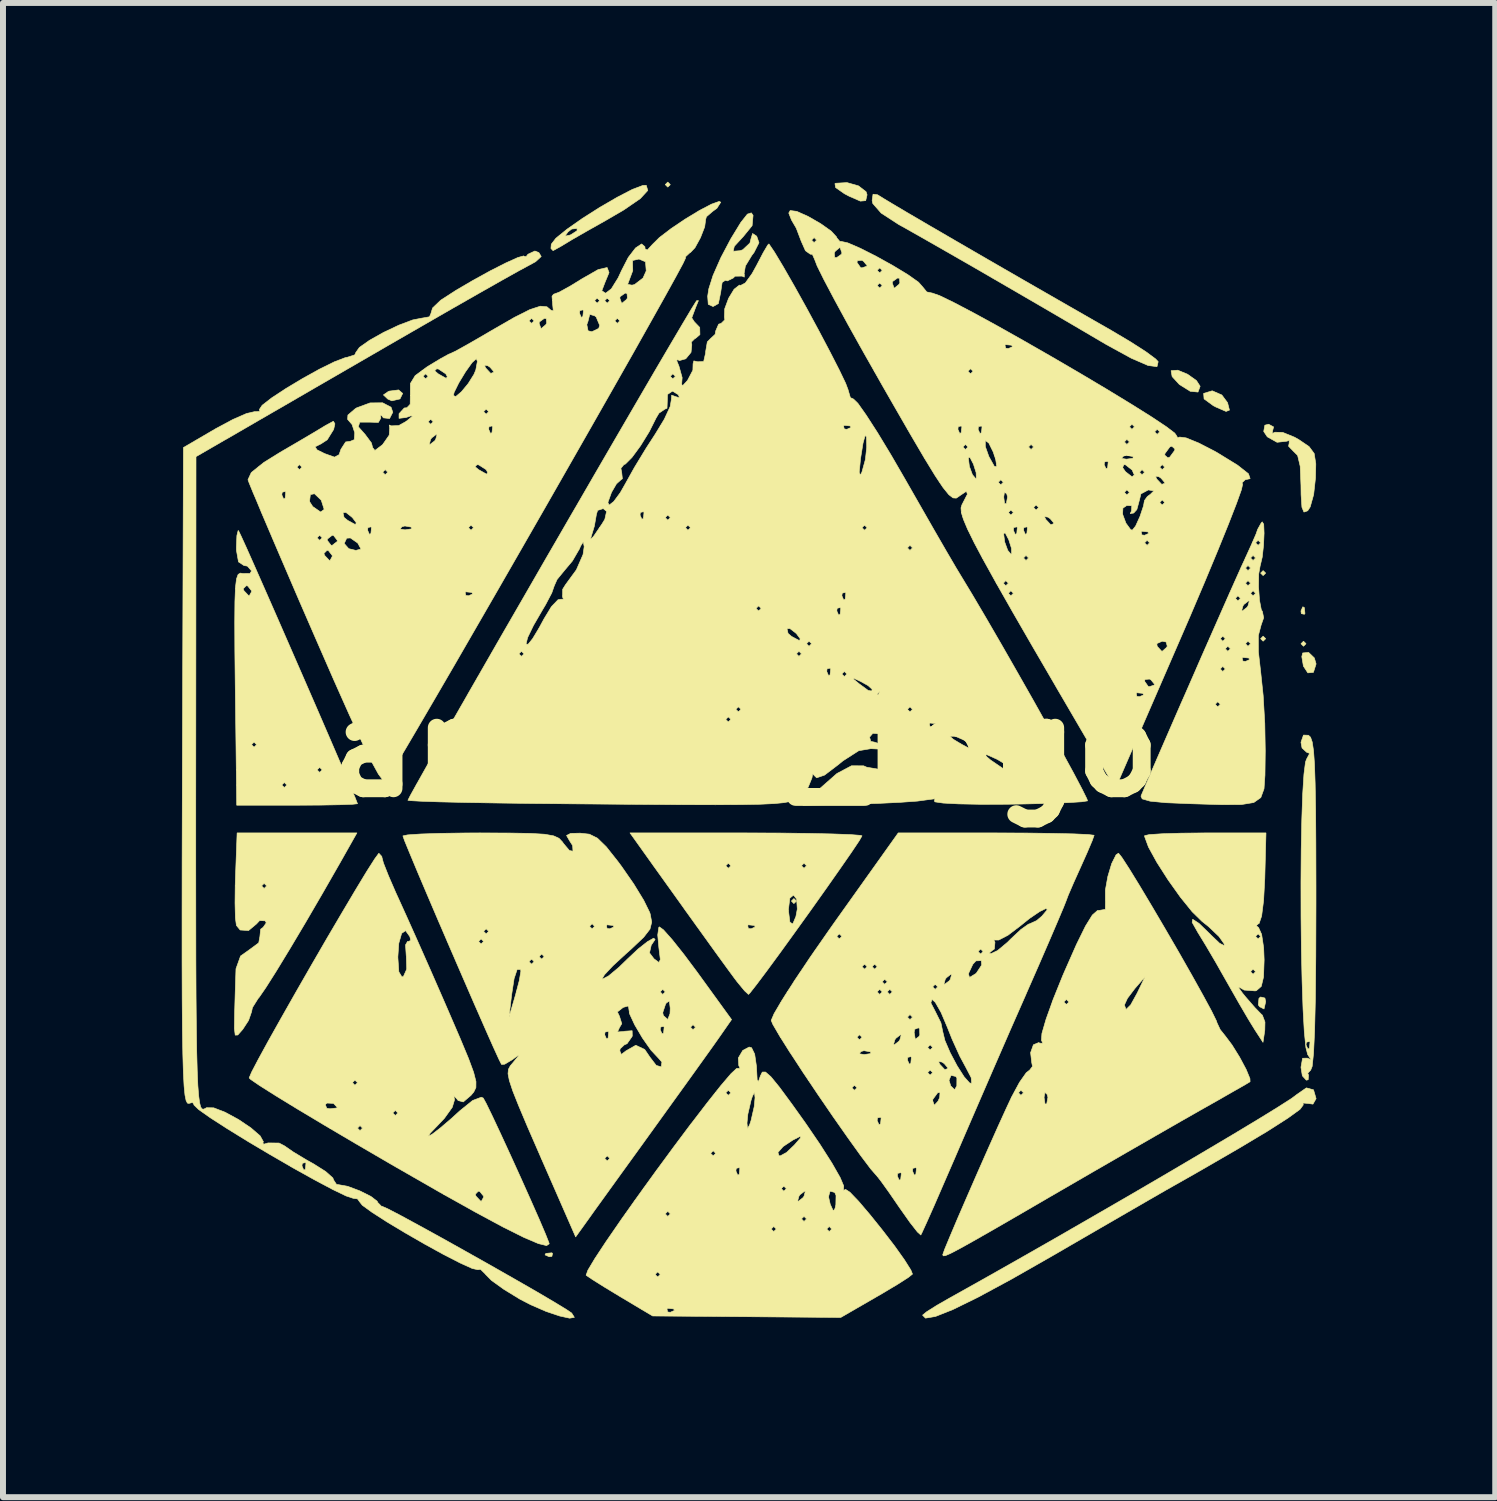
<source format=kicad_pcb>
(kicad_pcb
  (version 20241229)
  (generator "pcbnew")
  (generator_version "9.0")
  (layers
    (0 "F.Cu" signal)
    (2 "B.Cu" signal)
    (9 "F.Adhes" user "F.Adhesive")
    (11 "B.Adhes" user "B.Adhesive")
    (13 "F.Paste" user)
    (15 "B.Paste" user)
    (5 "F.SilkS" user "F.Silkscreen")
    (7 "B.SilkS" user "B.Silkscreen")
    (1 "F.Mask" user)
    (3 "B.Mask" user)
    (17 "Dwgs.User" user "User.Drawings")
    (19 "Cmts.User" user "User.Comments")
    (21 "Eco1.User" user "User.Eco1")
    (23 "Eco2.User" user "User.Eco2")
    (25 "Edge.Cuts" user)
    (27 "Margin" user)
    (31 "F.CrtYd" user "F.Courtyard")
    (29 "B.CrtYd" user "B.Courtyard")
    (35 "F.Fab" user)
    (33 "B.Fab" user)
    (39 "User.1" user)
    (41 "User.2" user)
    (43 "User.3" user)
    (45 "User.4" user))
  (footprint "arcana_logo"
    (layer "F.Cu")
    (at 9.468 9.488)
    (property "Reference" "arcana_logo" (at 0 0 0) (layer "F.SilkS") (effects (font (size 1.524 1.524) (thickness 0.3))))
    (attr through_hole)
    (fp_poly (pts (xy -1.27 -9.44) (xy -1.312 -9.398) (xy -1.355 -9.44) (xy -1.312 -9.483) (xy -1.27 -9.44)) (stroke (width 0.01) (type solid)) (fill yes) (layer "F.SilkS"))
    (fp_poly (pts (xy 0.847 2.582) (xy 0.804 2.625) (xy 0.762 2.582) (xy 0.804 2.54) (xy 0.847 2.582)) (stroke (width 0.01) (type solid)) (fill yes) (layer "F.SilkS"))
    (fp_poly (pts (xy 8.721 -2.921) (xy 8.678 -2.879) (xy 8.636 -2.921) (xy 8.678 -2.963) (xy 8.721 -2.921)) (stroke (width 0.01) (type solid)) (fill yes) (layer "F.SilkS"))
    (fp_poly (pts (xy 8.721 -1.82) (xy 8.678 -1.778) (xy 8.636 -1.82) (xy 8.678 -1.863) (xy 8.721 -1.82)) (stroke (width 0.01) (type solid)) (fill yes) (layer "F.SilkS"))
    (fp_poly (pts (xy 9.398 -1.736) (xy 9.356 -1.693) (xy 9.313 -1.736) (xy 9.356 -1.778) (xy 9.398 -1.736)) (stroke (width 0.01) (type solid)) (fill yes) (layer "F.SilkS"))
    (fp_poly (pts (xy -3.246 8.495) (xy -3.257 8.545) (xy -3.302 8.551) (xy -3.372 8.52) (xy -3.358 8.495) (xy -3.258 8.485) (xy -3.246 8.495)) (stroke (width 0.01) (type solid)) (fill yes) (layer "F.SilkS"))
    (fp_poly (pts (xy 9.37 -2.342) (xy 9.38 -2.242) (xy 9.37 -2.23) (xy 9.319 -2.241) (xy 9.313 -2.286) (xy 9.344 -2.356) (xy 9.37 -2.342)) (stroke (width 0.01) (type solid)) (fill yes) (layer "F.SilkS"))
    (fp_poly (pts (xy 8.708 4.21) (xy 8.721 4.271) (xy 8.693 4.393) (xy 8.619 4.356) (xy 8.597 4.324) (xy 8.608 4.215) (xy 8.635 4.192) (xy 8.708 4.21)) (stroke (width 0.01) (type solid)) (fill yes) (layer "F.SilkS"))
    (fp_poly (pts (xy -5.761 -5.936) (xy -5.806 -5.844) (xy -5.942 -5.812) (xy -6.01 -5.841) (xy -6.084 -5.911) (xy -6.004 -5.967) (xy -5.984 -5.975) (xy -5.829 -5.995) (xy -5.761 -5.936)) (stroke (width 0.01) (type solid)) (fill yes) (layer "F.SilkS"))
    (fp_poly (pts (xy 9.537 -1.498) (xy 9.567 -1.397) (xy 9.522 -1.255) (xy 9.428 -1.247) (xy 9.354 -1.36) (xy 9.327 -1.519) (xy 9.342 -1.581) (xy 9.441 -1.59) (xy 9.537 -1.498)) (stroke (width 0.01) (type solid)) (fill yes) (layer "F.SilkS"))
    (fp_poly (pts (xy 7.41 -6.258) (xy 7.559 -6.152) (xy 7.621 -6.056) (xy 7.585 -5.959) (xy 7.455 -5.972) (xy 7.273 -6.086) (xy 7.151 -6.219) (xy 7.134 -6.315) (xy 7.137 -6.318) (xy 7.246 -6.326) (xy 7.41 -6.258)) (stroke (width 0.01) (type solid)) (fill yes) (layer "F.SilkS"))
    (fp_poly (pts (xy 7.985 -5.91) (xy 8.081 -5.781) (xy 8.113 -5.656) (xy 8.056 -5.634) (xy 7.885 -5.708) (xy 7.843 -5.73) (xy 7.687 -5.844) (xy 7.68 -5.936) (xy 7.681 -5.937) (xy 7.824 -5.98) (xy 7.985 -5.91)) (stroke (width 0.01) (type solid)) (fill yes) (layer "F.SilkS"))
    (fp_poly (pts (xy 1.888 -9.419) (xy 2.015 -9.321) (xy 2.032 -9.269) (xy 2.009 -9.171) (xy 1.92 -9.163) (xy 1.732 -9.245) (xy 1.651 -9.288) (xy 1.504 -9.391) (xy 1.493 -9.457) (xy 1.506 -9.463) (xy 1.695 -9.474) (xy 1.888 -9.419)) (stroke (width 0.01) (type solid)) (fill yes) (layer "F.SilkS"))
    (fp_poly (pts (xy -1.648 -9.342) (xy -1.773 -9.206) (xy -2.051 -9.015) (xy -2.358 -8.836) (xy -2.658 -8.667) (xy -2.923 -8.515) (xy -3.096 -8.41) (xy -3.105 -8.405) (xy -3.237 -8.332) (xy -3.273 -8.369) (xy -3.267 -8.44) (xy -3.19 -8.54) (xy -3.147 -8.575) (xy -3.039 -8.575) (xy -2.955 -8.593) (xy -2.939 -8.599) (xy -2.835 -8.666) (xy -2.834 -8.704) (xy -2.924 -8.695) (xy -2.986 -8.647) (xy -3.039 -8.575) (xy -3.147 -8.575) (xy -3.004 -8.691) (xy -2.746 -8.872) (xy -2.452 -9.059) (xy -2.159 -9.229) (xy -1.906 -9.36) (xy -1.729 -9.427) (xy -1.673 -9.428) (xy -1.648 -9.342)) (stroke (width 0.01) (type solid)) (fill yes) (layer "F.SilkS"))
    (fp_poly (pts (xy 8.854 -5.374) (xy 8.84 -5.321) (xy 8.829 -5.263) (xy 8.878 -5.285) (xy 9.007 -5.282) (xy 9.206 -5.201) (xy 9.277 -5.161) (xy 9.449 -5.044) (xy 9.535 -4.928) (xy 9.562 -4.755) (xy 9.557 -4.519) (xy 9.526 -4.239) (xy 9.468 -4.032) (xy 9.426 -3.967) (xy 9.363 -3.945) (xy 9.329 -4.026) (xy 9.315 -4.236) (xy 9.313 -4.395) (xy 9.3 -4.714) (xy 9.257 -4.895) (xy 9.187 -4.965) (xy 9.105 -5.05) (xy 9.115 -5.102) (xy 9.115 -5.151) (xy 9.08 -5.135) (xy 8.912 -5.116) (xy 8.748 -5.208) (xy 8.688 -5.298) (xy 8.707 -5.403) (xy 8.771 -5.419) (xy 8.854 -5.374)) (stroke (width 0.01) (type solid)) (fill yes) (layer "F.SilkS"))
    (fp_poly (pts (xy 2.207 -9.27) (xy 2.307 -9.208) (xy 2.441 -9.127) (xy 2.701 -8.973) (xy 3.07 -8.757) (xy 3.526 -8.492) (xy 4.05 -8.188) (xy 4.624 -7.857) (xy 5.226 -7.511) (xy 5.838 -7.16) (xy 6.132 -6.992) (xy 6.45 -6.803) (xy 6.709 -6.637) (xy 6.874 -6.515) (xy 6.917 -6.469) (xy 6.897 -6.385) (xy 6.747 -6.405) (xy 6.466 -6.527) (xy 6.053 -6.753) (xy 5.947 -6.815) (xy 5.469 -7.096) (xy 4.94 -7.405) (xy 4.391 -7.724) (xy 3.853 -8.036) (xy 3.358 -8.32) (xy 2.938 -8.56) (xy 2.623 -8.738) (xy 2.561 -8.772) (xy 2.269 -8.962) (xy 2.128 -9.123) (xy 2.117 -9.175) (xy 2.132 -9.279) (xy 2.207 -9.27)) (stroke (width 0.01) (type solid)) (fill yes) (layer "F.SilkS"))
    (fp_poly (pts (xy 0.119 -8.924) (xy 0.103 -8.751) (xy -0.045 -8.569) (xy -0.196 -8.405) (xy -0.215 -8.322) (xy -0.1 -8.331) (xy -0.054 -8.347) (xy 0.066 -8.46) (xy 0.085 -8.535) (xy 0.111 -8.62) (xy 0.18 -8.574) (xy 0.218 -8.465) (xy 0.135 -8.301) (xy 0.097 -8.251) (xy -0.01 -8.075) (xy -0.032 -7.945) (xy -0.028 -7.936) (xy -0.029 -7.888) (xy -0.066 -7.905) (xy -0.184 -7.903) (xy -0.212 -7.874) (xy -0.313 -7.824) (xy -0.345 -7.835) (xy -0.4 -7.799) (xy -0.423 -7.643) (xy -0.423 -7.639) (xy -0.463 -7.444) (xy -0.552 -7.394) (xy -0.633 -7.431) (xy -0.643 -7.567) (xy -0.624 -7.691) (xy -0.553 -7.915) (xy -0.42 -8.217) (xy -0.254 -8.531) (xy -0.086 -8.806) (xy 0.024 -8.945) (xy 0.09 -8.966) (xy 0.119 -8.924)) (stroke (width 0.01) (type solid)) (fill yes) (layer "F.SilkS"))
    (fp_poly (pts (xy 9.524 5.75) (xy 9.567 5.898) (xy 9.514 5.99) (xy 9.436 5.979) (xy 9.347 5.971) (xy 9.351 6.004) (xy 9.297 6.077) (xy 9.093 6.225) (xy 8.741 6.45) (xy 8.242 6.748) (xy 7.597 7.121) (xy 7.197 7.348) (xy 7.04 7.437) (xy 6.762 7.597) (xy 6.387 7.814) (xy 5.939 8.073) (xy 5.444 8.36) (xy 5.132 8.541) (xy 4.444 8.933) (xy 3.892 9.231) (xy 3.472 9.437) (xy 3.18 9.553) (xy 3.012 9.581) (xy 2.963 9.531) (xy 3.031 9.475) (xy 3.207 9.364) (xy 3.408 9.249) (xy 3.965 8.937) (xy 4.568 8.596) (xy 5.199 8.236) (xy 5.841 7.866) (xy 6.477 7.498) (xy 7.088 7.141) (xy 7.656 6.806) (xy 8.165 6.504) (xy 8.597 6.244) (xy 8.933 6.037) (xy 9.156 5.894) (xy 9.247 5.826) (xy 9.404 5.717) (xy 9.524 5.75)) (stroke (width 0.01) (type solid)) (fill yes) (layer "F.SilkS"))
    (fp_poly (pts (xy -6.804 1.926) (xy -7.102 2.446) (xy -7.389 2.939) (xy -7.654 3.384) (xy -7.881 3.757) (xy -8.057 4.035) (xy -8.168 4.196) (xy -8.187 4.218) (xy -8.282 4.37) (xy -8.297 4.442) (xy -8.347 4.586) (xy -8.445 4.736) (xy -8.528 4.83) (xy -8.571 4.832) (xy -8.585 4.718) (xy -8.581 4.461) (xy -8.58 4.428) (xy -8.571 4.115) (xy -8.562 3.84) (xy -8.558 3.718) (xy -8.481 3.504) (xy -8.331 3.398) (xy -8.176 3.283) (xy -8.157 3.179) (xy -8.144 3.054) (xy -8.102 3.023) (xy -8.05 2.948) (xy -8.069 2.914) (xy -8.162 2.91) (xy -8.214 2.966) (xy -8.347 3.077) (xy -8.488 3.068) (xy -8.551 2.991) (xy -8.568 2.864) (xy -8.574 2.614) (xy -8.571 2.328) (xy -8.128 2.328) (xy -8.086 2.371) (xy -8.043 2.328) (xy -8.086 2.286) (xy -8.128 2.328) (xy -8.571 2.328) (xy -8.57 2.287) (xy -8.566 2.164) (xy -8.539 1.439) (xy -6.529 1.439) (xy -6.804 1.926)) (stroke (width 0.01) (type solid)) (fill yes) (layer "F.SilkS"))
    (fp_poly (pts (xy 9.439 -0.2) (xy 9.474 -0.167) (xy 9.502 -0.086) (xy 9.524 0.059) (xy 9.54 0.285) (xy 9.551 0.609) (xy 9.559 1.046) (xy 9.563 1.613) (xy 9.565 2.327) (xy 9.565 2.633) (xy 9.562 3.508) (xy 9.555 4.216) (xy 9.542 4.759) (xy 9.524 5.138) (xy 9.501 5.357) (xy 9.476 5.419) (xy 9.427 5.471) (xy 9.44 5.503) (xy 9.434 5.581) (xy 9.403 5.588) (xy 9.336 5.515) (xy 9.313 5.371) (xy 9.34 5.22) (xy 9.419 5.218) (xy 9.482 5.243) (xy 9.427 5.16) (xy 9.426 5.159) (xy 9.395 5.038) (xy 9.391 4.995) (xy 9.398 4.995) (xy 9.429 5.065) (xy 9.454 5.052) (xy 9.465 4.951) (xy 9.454 4.939) (xy 9.404 4.951) (xy 9.398 4.995) (xy 9.391 4.995) (xy 9.369 4.776) (xy 9.348 4.397) (xy 9.332 3.931) (xy 9.32 3.403) (xy 9.314 2.841) (xy 9.313 2.271) (xy 9.317 1.721) (xy 9.327 1.216) (xy 9.342 0.785) (xy 9.363 0.454) (xy 9.389 0.25) (xy 9.407 0.201) (xy 9.459 0.104) (xy 9.408 0.085) (xy 9.331 0.014) (xy 9.313 -0.082) (xy 9.355 -0.203) (xy 9.439 -0.2)) (stroke (width 0.01) (type solid)) (fill yes) (layer "F.SilkS"))
    (fp_poly (pts (xy 0.554 1.441) (xy 1.047 1.447) (xy 1.454 1.456) (xy 1.754 1.467) (xy 1.92 1.48) (xy 1.947 1.488) (xy 1.901 1.569) (xy 1.773 1.76) (xy 1.583 2.034) (xy 1.35 2.366) (xy 1.091 2.731) (xy 0.825 3.101) (xy 0.572 3.451) (xy 0.348 3.756) (xy 0.173 3.989) (xy 0.066 4.125) (xy 0.042 4.149) (xy -0.024 4.088) (xy -0.15 3.935) (xy -0.197 3.873) (xy -0.318 3.708) (xy -0.515 3.437) (xy -0.763 3.092) (xy -0.835 2.992) (xy 0.028 2.992) (xy 0.04 3.042) (xy 0.085 3.048) (xy 0.154 3.017) (xy 0.141 2.992) (xy 0.041 2.981) (xy 0.028 2.992) (xy -0.835 2.992) (xy -1.033 2.717) (xy 0.713 2.717) (xy 0.713 2.745) (xy 0.737 2.936) (xy 0.785 2.967) (xy 0.838 2.841) (xy 0.861 2.717) (xy 0.85 2.55) (xy 0.798 2.482) (xy 0.736 2.534) (xy 0.713 2.717) (xy -1.033 2.717) (xy -1.041 2.705) (xy -1.174 2.519) (xy -1.553 1.99) (xy -0.339 1.99) (xy -0.296 2.032) (xy -0.254 1.99) (xy 0.931 1.99) (xy 0.974 2.032) (xy 1.016 1.99) (xy 0.974 1.947) (xy 0.931 1.99) (xy -0.254 1.99) (xy -0.296 1.947) (xy -0.339 1.99) (xy -1.553 1.99) (xy -1.946 1.439) (xy 0.000472 1.439) (xy 0.554 1.441)) (stroke (width 0.01) (type solid)) (fill yes) (layer "F.SilkS"))
    (fp_poly (pts (xy -8.516 -3.633) (xy -8.476 -3.551) (xy -8.379 -3.338) (xy -8.236 -3.016) (xy -8.057 -2.61) (xy -7.852 -2.143) (xy -7.632 -1.639) (xy -7.406 -1.121) (xy -7.185 -0.613) (xy -6.98 -0.139) (xy -6.801 0.277) (xy -6.658 0.613) (xy -6.56 0.843) (xy -6.52 0.946) (xy -6.519 0.949) (xy -6.599 0.958) (xy -6.814 0.966) (xy -7.134 0.972) (xy -7.524 0.974) (xy -7.532 0.974) (xy -8.546 0.974) (xy -8.55 0.635) (xy -7.789 0.635) (xy -7.747 0.677) (xy -7.705 0.635) (xy -7.747 0.593) (xy -7.789 0.635) (xy -8.55 0.635) (xy -8.553 0.381) (xy -7.197 0.381) (xy -7.154 0.423) (xy -7.112 0.381) (xy -7.154 0.339) (xy -7.197 0.381) (xy -8.553 0.381) (xy -8.558 -0.042) (xy -8.297 -0.042) (xy -8.255 0) (xy -8.213 -0.042) (xy -8.255 -0.085) (xy -8.297 -0.042) (xy -8.558 -0.042) (xy -8.57 -0.994) (xy -8.577 -1.62) (xy -8.579 -2.097) (xy -8.576 -2.444) (xy -8.568 -2.657) (xy -8.438 -2.657) (xy -8.424 -2.625) (xy -8.348 -2.544) (xy -8.335 -2.54) (xy -8.298 -2.606) (xy -8.297 -2.625) (xy -8.362 -2.706) (xy -8.387 -2.709) (xy -8.438 -2.657) (xy -8.568 -2.657) (xy -8.567 -2.68) (xy -8.549 -2.825) (xy -8.522 -2.899) (xy -8.484 -2.921) (xy -8.445 -2.914) (xy -8.323 -2.915) (xy -8.297 -2.958) (xy -8.366 -3.038) (xy -8.424 -3.048) (xy -8.516 -3.109) (xy -8.551 -3.307) (xy -8.551 -3.358) (xy -8.543 -3.55) (xy -8.522 -3.635) (xy -8.516 -3.633)) (stroke (width 0.01) (type solid)) (fill yes) (layer "F.SilkS"))
    (fp_poly (pts (xy 8.706 2.201) (xy 8.686 2.572) (xy 8.653 2.833) (xy 8.611 2.958) (xy 8.597 2.965) (xy 8.562 2.995) (xy 8.602 3.028) (xy 8.653 3.141) (xy 8.687 3.367) (xy 8.695 3.571) (xy 8.685 3.856) (xy 8.647 4.014) (xy 8.568 4.083) (xy 8.546 4.09) (xy 8.36 4.076) (xy 8.285 4.033) (xy 8.26 4.027) (xy 8.331 4.126) (xy 8.383 4.19) (xy 8.537 4.367) (xy 8.65 4.484) (xy 8.665 4.496) (xy 8.709 4.612) (xy 8.706 4.751) (xy 8.676 4.953) (xy 8.538 4.741) (xy 8.43 4.565) (xy 8.272 4.295) (xy 8.095 3.984) (xy 8.068 3.937) (xy 7.972 3.768) (xy 8.467 3.768) (xy 8.509 3.81) (xy 8.551 3.768) (xy 8.509 3.725) (xy 8.467 3.768) (xy 7.972 3.768) (xy 7.889 3.621) (xy 7.72 3.333) (xy 7.596 3.13) (xy 7.584 3.111) (xy 7.487 2.939) (xy 7.496 2.888) (xy 7.602 2.957) (xy 7.793 3.142) (xy 7.804 3.154) (xy 7.947 3.29) (xy 8.023 3.329) (xy 8.025 3.302) (xy 7.939 3.179) (xy 7.935 3.175) (xy 8.551 3.175) (xy 8.594 3.217) (xy 8.636 3.175) (xy 8.594 3.133) (xy 8.551 3.175) (xy 7.935 3.175) (xy 7.763 3.011) (xy 7.65 2.921) (xy 7.488 2.762) (xy 7.289 2.516) (xy 7.082 2.225) (xy 6.894 1.931) (xy 6.754 1.676) (xy 6.69 1.502) (xy 6.689 1.485) (xy 6.768 1.467) (xy 6.984 1.453) (xy 7.304 1.443) (xy 7.695 1.439) (xy 7.707 1.439) (xy 8.726 1.439) (xy 8.706 2.201)) (stroke (width 0.01) (type solid)) (fill yes) (layer "F.SilkS"))
    (fp_poly (pts (xy 6.307 1.849) (xy 6.43 2.039) (xy 6.604 2.322) (xy 6.812 2.67) (xy 7.039 3.056) (xy 7.269 3.452) (xy 7.485 3.832) (xy 7.671 4.166) (xy 7.813 4.428) (xy 7.893 4.591) (xy 7.905 4.627) (xy 7.958 4.74) (xy 8.039 4.841) (xy 8.155 4.995) (xy 8.283 5.201) (xy 8.393 5.407) (xy 8.457 5.562) (xy 8.459 5.614) (xy 8.376 5.664) (xy 8.176 5.778) (xy 7.893 5.94) (xy 7.62 6.094) (xy 7.304 6.274) (xy 6.877 6.519) (xy 6.373 6.809) (xy 5.827 7.124) (xy 5.275 7.444) (xy 5.092 7.55) (xy 4.535 7.874) (xy 4.107 8.121) (xy 3.791 8.301) (xy 3.571 8.423) (xy 3.429 8.497) (xy 3.348 8.532) (xy 3.311 8.536) (xy 3.302 8.519) (xy 3.302 8.516) (xy 3.334 8.425) (xy 3.423 8.211) (xy 3.553 7.904) (xy 3.713 7.535) (xy 3.887 7.136) (xy 4.064 6.736) (xy 4.228 6.368) (xy 4.368 6.061) (xy 4.454 5.877) (xy 5.002 5.877) (xy 5.018 5.987) (xy 5.046 5.988) (xy 5.067 5.875) (xy 5.053 5.826) (xy 5.016 5.794) (xy 5.002 5.877) (xy 4.454 5.877) (xy 4.461 5.863) (xy 4.495 5.8) (xy 4.572 5.8) (xy 4.614 5.842) (xy 4.657 5.8) (xy 4.614 5.757) (xy 4.572 5.8) (xy 4.495 5.8) (xy 4.59 5.624) (xy 4.703 5.463) (xy 4.76 5.419) (xy 4.808 5.357) (xy 4.795 5.292) (xy 4.776 5.126) (xy 4.823 4.994) (xy 4.912 4.957) (xy 4.933 4.967) (xy 4.981 4.968) (xy 4.958 4.918) (xy 4.966 4.804) (xy 5.035 4.566) (xy 5.121 4.327) (xy 6.35 4.327) (xy 6.378 4.401) (xy 6.456 4.324) (xy 6.564 4.128) (xy 6.697 3.852) (xy 6.524 4.052) (xy 6.401 4.215) (xy 6.35 4.327) (xy 6.35 4.327) (xy 5.121 4.327) (xy 5.139 4.276) (xy 5.334 4.276) (xy 5.376 4.318) (xy 5.419 4.276) (xy 5.376 4.233) (xy 5.334 4.276) (xy 5.139 4.276) (xy 5.155 4.231) (xy 5.317 3.83) (xy 5.347 3.761) (xy 5.546 3.31) (xy 5.698 3.001) (xy 5.812 2.817) (xy 5.898 2.741) (xy 5.934 2.738) (xy 6.03 2.722) (xy 6.032 2.582) (xy 6.031 2.577) (xy 6.031 2.398) (xy 6.072 2.17) (xy 6.137 1.953) (xy 6.21 1.807) (xy 6.251 1.779) (xy 6.307 1.849)) (stroke (width 0.01) (type solid)) (fill yes) (layer "F.SilkS"))
    (fp_poly (pts (xy -6.11 1.836) (xy -6.111 1.841) (xy -6.084 1.943) (xy -6 2.156) (xy -5.876 2.442) (xy -5.831 2.54) (xy -5.691 2.849) (xy -5.504 3.267) (xy -5.292 3.746) (xy -5.076 4.24) (xy -4.997 4.422) (xy -4.796 4.888) (xy -4.656 5.224) (xy -4.57 5.457) (xy -4.531 5.611) (xy -4.532 5.712) (xy -4.567 5.785) (xy -4.614 5.842) (xy -4.744 5.953) (xy -4.831 5.929) (xy -4.847 5.908) (xy -4.902 5.848) (xy -4.891 5.919) (xy -4.929 6.044) (xy -5.06 6.227) (xy -5.16 6.333) (xy -5.3 6.479) (xy -5.329 6.528) (xy -5.266 6.495) (xy -5.128 6.389) (xy -4.936 6.225) (xy -4.805 6.105) (xy -4.587 5.929) (xy -4.442 5.874) (xy -4.409 5.888) (xy -4.359 5.979) (xy -4.256 6.191) (xy -4.115 6.492) (xy -3.951 6.848) (xy -3.779 7.227) (xy -3.614 7.596) (xy -3.47 7.922) (xy -3.363 8.173) (xy -3.307 8.315) (xy -3.302 8.334) (xy -3.346 8.364) (xy -3.484 8.33) (xy -3.724 8.228) (xy -4.075 8.053) (xy -4.543 7.801) (xy -5.076 7.503) (xy -4.543 7.503) (xy -4.53 7.535) (xy -4.454 7.616) (xy -4.44 7.62) (xy -4.404 7.554) (xy -4.403 7.535) (xy -4.468 7.454) (xy -4.492 7.451) (xy -4.543 7.503) (xy -5.076 7.503) (xy -5.138 7.468) (xy -5.867 7.05) (xy -5.969 6.991) (xy -6.542 6.657) (xy -6.991 6.392) (xy -6.519 6.392) (xy -6.477 6.435) (xy -6.435 6.392) (xy -6.477 6.35) (xy -6.519 6.392) (xy -6.991 6.392) (xy -7.066 6.348) (xy -7.416 6.138) (xy -5.927 6.138) (xy -5.884 6.181) (xy -5.842 6.138) (xy -5.884 6.096) (xy -5.927 6.138) (xy -7.416 6.138) (xy -7.522 6.075) (xy -7.651 5.996) (xy -7.06 5.996) (xy -7.035 6.059) (xy -6.981 6.068) (xy -6.871 6.055) (xy -6.858 6.045) (xy -6.921 5.978) (xy -7.029 5.972) (xy -7.06 5.996) (xy -7.651 5.996) (xy -7.893 5.848) (xy -8.162 5.678) (xy -8.232 5.63) (xy -6.604 5.63) (xy -6.562 5.673) (xy -6.519 5.63) (xy -6.562 5.588) (xy -6.604 5.63) (xy -8.232 5.63) (xy -8.312 5.575) (xy -8.337 5.55) (xy -8.296 5.453) (xy -8.183 5.237) (xy -8.013 4.926) (xy -7.798 4.543) (xy -7.554 4.113) (xy -7.294 3.66) (xy -7.215 3.524) (xy -5.842 3.524) (xy -5.825 3.77) (xy -5.774 3.855) (xy -5.748 3.847) (xy -5.693 3.725) (xy -5.7 3.504) (xy -5.701 3.501) (xy -5.713 3.318) (xy -5.678 3.258) (xy -5.669 3.262) (xy -5.626 3.244) (xy -5.64 3.18) (xy -5.712 3.079) (xy -5.778 3.124) (xy -5.826 3.291) (xy -5.842 3.524) (xy -7.215 3.524) (xy -7.031 3.206) (xy -6.779 2.778) (xy -6.553 2.397) (xy -6.366 2.088) (xy -6.231 1.876) (xy -6.163 1.783) (xy -6.16 1.781) (xy -6.11 1.836)) (stroke (width 0.01) (type solid)) (fill yes) (layer "F.SilkS"))
    (fp_poly (pts (xy 8.688 -3.741) (xy 8.694 -3.591) (xy 8.685 -3.387) (xy 8.663 -3.189) (xy 8.631 -3.053) (xy 8.629 -3.048) (xy 8.604 -2.907) (xy 8.601 -2.69) (xy 8.617 -2.466) (xy 8.647 -2.308) (xy 8.666 -2.276) (xy 8.687 -2.171) (xy 8.644 -2.048) (xy 8.598 -1.874) (xy 8.599 -1.598) (xy 8.638 -1.254) (xy 8.679 -0.864) (xy 8.706 -0.396) (xy 8.714 0.062) (xy 8.713 0.14) (xy 8.709 0.469) (xy 8.693 0.699) (xy 8.639 0.846) (xy 8.521 0.929) (xy 8.313 0.963) (xy 7.991 0.965) (xy 7.528 0.951) (xy 7.464 0.949) (xy 7.047 0.932) (xy 6.781 0.906) (xy 6.649 0.868) (xy 6.628 0.822) (xy 6.69 0.675) (xy 6.807 0.401) (xy 6.969 0.027) (xy 7.162 -0.417) (xy 7.294 -0.72) (xy 7.874 -0.72) (xy 7.916 -0.677) (xy 7.959 -0.72) (xy 7.916 -0.762) (xy 7.874 -0.72) (xy 7.294 -0.72) (xy 7.375 -0.903) (xy 7.554 -1.312) (xy 7.959 -1.312) (xy 8.001 -1.27) (xy 8.043 -1.312) (xy 8.001 -1.355) (xy 7.959 -1.312) (xy 7.554 -1.312) (xy 7.594 -1.405) (xy 7.634 -1.496) (xy 8.326 -1.496) (xy 8.337 -1.445) (xy 8.382 -1.439) (xy 8.452 -1.47) (xy 8.438 -1.496) (xy 8.338 -1.506) (xy 8.326 -1.496) (xy 7.634 -1.496) (xy 7.702 -1.651) (xy 8.043 -1.651) (xy 8.086 -1.609) (xy 8.128 -1.651) (xy 8.086 -1.693) (xy 8.043 -1.651) (xy 7.702 -1.651) (xy 7.74 -1.736) (xy 8.382 -1.736) (xy 8.424 -1.693) (xy 8.467 -1.736) (xy 8.424 -1.778) (xy 8.382 -1.736) (xy 7.74 -1.736) (xy 7.777 -1.82) (xy 7.959 -1.82) (xy 8.001 -1.778) (xy 8.043 -1.82) (xy 8.001 -1.863) (xy 7.959 -1.82) (xy 7.777 -1.82) (xy 7.809 -1.893) (xy 7.985 -2.292) (xy 8.318 -2.292) (xy 8.33 -2.286) (xy 8.407 -2.346) (xy 8.424 -2.371) (xy 8.446 -2.45) (xy 8.434 -2.455) (xy 8.357 -2.396) (xy 8.34 -2.371) (xy 8.318 -2.292) (xy 7.985 -2.292) (xy 8.006 -2.34) (xy 8.076 -2.498) (xy 8.213 -2.498) (xy 8.255 -2.455) (xy 8.297 -2.498) (xy 8.255 -2.54) (xy 8.213 -2.498) (xy 8.076 -2.498) (xy 8.113 -2.582) (xy 8.467 -2.582) (xy 8.509 -2.54) (xy 8.551 -2.582) (xy 8.509 -2.625) (xy 8.467 -2.582) (xy 8.113 -2.582) (xy 8.174 -2.718) (xy 8.189 -2.752) (xy 8.382 -2.752) (xy 8.424 -2.709) (xy 8.467 -2.752) (xy 8.424 -2.794) (xy 8.382 -2.752) (xy 8.189 -2.752) (xy 8.299 -2.998) (xy 8.302 -3.006) (xy 8.382 -3.006) (xy 8.424 -2.963) (xy 8.467 -3.006) (xy 8.424 -3.048) (xy 8.382 -3.006) (xy 8.302 -3.006) (xy 8.361 -3.133) (xy 8.38 -3.175) (xy 8.467 -3.175) (xy 8.509 -3.133) (xy 8.551 -3.175) (xy 8.509 -3.217) (xy 8.467 -3.175) (xy 8.38 -3.175) (xy 8.477 -3.388) (xy 8.495 -3.429) (xy 8.551 -3.429) (xy 8.594 -3.387) (xy 8.636 -3.429) (xy 8.594 -3.471) (xy 8.551 -3.429) (xy 8.495 -3.429) (xy 8.56 -3.579) (xy 8.586 -3.655) (xy 8.645 -3.761) (xy 8.663 -3.781) (xy 8.688 -3.741)) (stroke (width 0.01) (type solid)) (fill yes) (layer "F.SilkS"))
    (fp_poly (pts (xy -3.476 -8.3) (xy -3.436 -8.234) (xy -3.531 -8.146) (xy -3.667 -8.072) (xy -3.819 -7.99) (xy -4.096 -7.835) (xy -4.475 -7.62) (xy -4.936 -7.357) (xy -5.455 -7.058) (xy -6.012 -6.737) (xy -6.115 -6.677) (xy -6.689 -6.345) (xy -7.239 -6.027) (xy -7.742 -5.735) (xy -8.173 -5.486) (xy -8.509 -5.291) (xy -8.725 -5.166) (xy -8.742 -5.157) (xy -9.229 -4.875) (xy -9.231 -1.485) (xy -9.232 -0.174) (xy -9.233 0.978) (xy -9.233 1.981) (xy -9.232 2.844) (xy -9.231 3.579) (xy -9.228 4.196) (xy -9.223 4.704) (xy -9.217 5.113) (xy -9.208 5.434) (xy -9.198 5.677) (xy -9.184 5.852) (xy -9.168 5.969) (xy -9.15 6.039) (xy -9.128 6.07) (xy -9.102 6.075) (xy -9.073 6.062) (xy -9.053 6.05) (xy -8.932 6.052) (xy -8.739 6.127) (xy -8.516 6.248) (xy -8.307 6.389) (xy -8.153 6.522) (xy -8.098 6.621) (xy -8.107 6.64) (xy -8.094 6.663) (xy -8.019 6.641) (xy -7.835 6.643) (xy -7.745 6.69) (xy -7.596 6.793) (xy -7.367 6.931) (xy -7.259 6.991) (xy -7.054 7.12) (xy -6.933 7.228) (xy -6.918 7.266) (xy -6.871 7.337) (xy -6.834 7.342) (xy -6.681 7.37) (xy -6.481 7.445) (xy -6.295 7.538) (xy -6.188 7.62) (xy -6.181 7.639) (xy -6.117 7.704) (xy -6.105 7.705) (xy -6.014 7.745) (xy -5.804 7.854) (xy -5.5 8.019) (xy -5.129 8.223) (xy -4.719 8.452) (xy -4.296 8.69) (xy -3.887 8.923) (xy -3.518 9.135) (xy -3.217 9.312) (xy -3.009 9.439) (xy -2.925 9.496) (xy -2.88 9.568) (xy -2.959 9.582) (xy -3.128 9.545) (xy -3.356 9.468) (xy -3.611 9.357) (xy -3.795 9.262) (xy -4.064 9.097) (xy -4.271 8.948) (xy -4.373 8.845) (xy -4.375 8.84) (xy -4.456 8.761) (xy -4.498 8.769) (xy -4.593 8.748) (xy -4.796 8.656) (xy -5.073 8.514) (xy -5.393 8.338) (xy -5.721 8.149) (xy -6.027 7.965) (xy -6.277 7.804) (xy -6.439 7.686) (xy -6.483 7.63) (xy -6.519 7.58) (xy -6.589 7.571) (xy -6.71 7.531) (xy -6.938 7.421) (xy -7.244 7.258) (xy -7.602 7.059) (xy -7.656 7.027) (xy -7.451 7.027) (xy -7.42 7.097) (xy -7.394 7.084) (xy -7.384 6.983) (xy -7.394 6.971) (xy -7.445 6.983) (xy -7.451 7.027) (xy -7.656 7.027) (xy -7.982 6.839) (xy -8.359 6.615) (xy -8.703 6.403) (xy -8.987 6.22) (xy -9.183 6.082) (xy -9.263 6.005) (xy -9.263 5.999) (xy -9.286 5.962) (xy -9.348 5.978) (xy -9.373 5.973) (xy -9.395 5.931) (xy -9.414 5.839) (xy -9.429 5.686) (xy -9.441 5.46) (xy -9.45 5.149) (xy -9.457 4.743) (xy -9.461 4.229) (xy -9.463 3.596) (xy -9.463 2.832) (xy -9.462 1.926) (xy -9.459 0.865) (xy -9.458 0.499) (xy -9.44 -5.028) (xy -8.89 -5.349) (xy -8.61 -5.499) (xy -8.379 -5.6) (xy -8.239 -5.632) (xy -8.229 -5.63) (xy -8.157 -5.635) (xy -8.166 -5.666) (xy -8.119 -5.737) (xy -7.958 -5.862) (xy -7.719 -6.019) (xy -7.439 -6.187) (xy -7.156 -6.344) (xy -6.906 -6.467) (xy -6.726 -6.536) (xy -6.689 -6.543) (xy -6.565 -6.583) (xy -6.546 -6.625) (xy -6.487 -6.708) (xy -6.317 -6.828) (xy -6.08 -6.961) (xy -5.824 -7.082) (xy -5.594 -7.169) (xy -5.452 -7.197) (xy -5.311 -7.222) (xy -5.288 -7.275) (xy -5.259 -7.37) (xy -5.125 -7.498) (xy -5.102 -7.514) (xy -4.865 -7.667) (xy -4.583 -7.832) (xy -4.293 -7.992) (xy -4.029 -8.126) (xy -3.83 -8.216) (xy -3.729 -8.244) (xy -3.724 -8.238) (xy -3.689 -8.232) (xy -3.658 -8.272) (xy -3.543 -8.326) (xy -3.476 -8.3)) (stroke (width 0.01) (type solid)) (fill yes) (layer "F.SilkS"))
    (fp_poly (pts (xy 0.094 5.044) (xy 0.146 5.151) (xy 0.176 5.357) (xy 0.178 5.402) (xy 0.188 5.585) (xy 0.21 5.61) (xy 0.242 5.516) (xy 0.274 5.452) (xy 0.327 5.451) (xy 0.418 5.53) (xy 0.561 5.705) (xy 0.772 5.991) (xy 0.997 6.306) (xy 1.242 6.665) (xy 1.442 6.979) (xy 1.58 7.221) (xy 1.64 7.363) (xy 1.639 7.386) (xy 1.636 7.437) (xy 1.672 7.421) (xy 1.744 7.468) (xy 1.889 7.619) (xy 2.078 7.841) (xy 2.287 8.101) (xy 2.49 8.365) (xy 2.658 8.601) (xy 2.767 8.774) (xy 2.794 8.842) (xy 2.726 8.897) (xy 2.545 9.013) (xy 2.286 9.168) (xy 2.192 9.222) (xy 1.59 9.57) (xy 0.012 9.557) (xy -1.566 9.545) (xy -1.766 9.426) (xy -1.326 9.426) (xy -1.315 9.477) (xy -1.27 9.483) (xy -1.2 9.452) (xy -1.214 9.426) (xy -1.314 9.416) (xy -1.326 9.426) (xy -1.766 9.426) (xy -2.1 9.227) (xy -2.367 9.065) (xy -2.573 8.936) (xy -2.679 8.864) (xy -2.683 8.86) (xy -2.678 8.848) (xy -1.524 8.848) (xy -1.482 8.89) (xy -1.439 8.848) (xy -1.482 8.805) (xy -1.524 8.848) (xy -2.678 8.848) (xy -2.653 8.777) (xy -2.537 8.583) (xy -2.35 8.299) (xy -2.203 8.086) (xy 0.423 8.086) (xy 0.466 8.128) (xy 0.508 8.086) (xy 1.355 8.086) (xy 1.397 8.128) (xy 1.439 8.086) (xy 1.397 8.043) (xy 1.355 8.086) (xy 0.508 8.086) (xy 0.466 8.043) (xy 0.423 8.086) (xy -2.203 8.086) (xy -2.108 7.948) (xy -2.086 7.916) (xy 0.931 7.916) (xy 0.974 7.959) (xy 1.016 7.916) (xy 0.974 7.874) (xy 0.931 7.916) (xy -2.086 7.916) (xy -2.026 7.832) (xy -1.355 7.832) (xy -1.312 7.874) (xy -1.27 7.832) (xy -1.312 7.789) (xy -1.355 7.832) (xy -2.026 7.832) (xy -1.872 7.614) (xy 0.867 7.614) (xy 0.879 7.62) (xy 0.956 7.56) (xy 0.968 7.544) (xy 1.385 7.544) (xy 1.414 7.671) (xy 1.466 7.783) (xy 1.495 7.738) (xy 1.508 7.677) (xy 1.511 7.522) (xy 1.489 7.472) (xy 1.411 7.45) (xy 1.385 7.544) (xy 0.968 7.544) (xy 0.974 7.535) (xy 0.995 7.456) (xy 0.984 7.451) (xy 0.906 7.51) (xy 0.889 7.535) (xy 0.867 7.614) (xy -1.872 7.614) (xy -1.828 7.553) (xy -1.724 7.408) (xy 0.593 7.408) (xy 0.635 7.451) (xy 0.677 7.408) (xy 0.635 7.366) (xy 0.593 7.408) (xy -1.724 7.408) (xy -1.526 7.134) (xy -1.51 7.112) (xy -0.169 7.112) (xy -0.138 7.182) (xy -0.113 7.168) (xy -0.103 7.068) (xy -0.113 7.056) (xy -0.163 7.067) (xy -0.169 7.112) (xy -1.51 7.112) (xy -1.292 6.816) (xy -0.593 6.816) (xy -0.55 6.858) (xy -0.508 6.816) (xy -0.522 6.801) (xy 0.536 6.801) (xy 0.554 6.856) (xy 0.575 6.858) (xy 0.681 6.801) (xy 0.812 6.676) (xy 0.92 6.551) (xy 0.908 6.532) (xy 0.788 6.592) (xy 0.624 6.701) (xy 0.536 6.801) (xy -0.522 6.801) (xy -0.55 6.773) (xy -0.593 6.816) (xy -1.292 6.816) (xy -1.218 6.715) (xy -0.921 6.318) (xy -0.912 6.308) (xy 0.017 6.308) (xy 0.026 6.4) (xy 0.061 6.337) (xy 0.085 6.265) (xy 0.138 6.033) (xy 0.152 5.884) (xy 0.143 5.792) (xy 0.109 5.855) (xy 0.085 5.927) (xy 0.031 6.159) (xy 0.017 6.308) (xy -0.912 6.308) (xy -0.649 5.965) (xy -0.518 5.8) (xy -0.339 5.8) (xy -0.296 5.842) (xy -0.254 5.8) (xy -0.296 5.757) (xy -0.339 5.8) (xy -0.518 5.8) (xy -0.421 5.678) (xy -0.252 5.48) (xy -0.158 5.392) (xy -0.147 5.39) (xy -0.099 5.391) (xy -0.121 5.343) (xy -0.129 5.216) (xy -0.054 5.089) (xy 0.054 5.032) (xy 0.094 5.044)) (stroke (width 0.01) (type solid)) (fill yes) (layer "F.SilkS"))
    (fp_poly (pts (xy -3.97 1.441) (xy -3.617 1.447) (xy -3.379 1.461) (xy -3.228 1.488) (xy -3.138 1.529) (xy -3.08 1.59) (xy -3.062 1.617) (xy -2.963 1.734) (xy -2.903 1.746) (xy -2.909 1.651) (xy -2.962 1.568) (xy -3.011 1.482) (xy -2.943 1.447) (xy -2.783 1.443) (xy -2.628 1.46) (xy -2.493 1.527) (xy -2.345 1.671) (xy -2.147 1.921) (xy -2.087 2.002) (xy -1.883 2.296) (xy -1.715 2.571) (xy -1.615 2.775) (xy -1.607 2.801) (xy -1.582 2.935) (xy -1.611 3.053) (xy -1.717 3.19) (xy -1.924 3.386) (xy -2.017 3.469) (xy -2.233 3.668) (xy -2.374 3.818) (xy -2.416 3.89) (xy -2.409 3.893) (xy -2.305 3.838) (xy -2.131 3.693) (xy -1.99 3.556) (xy -1.809 3.386) (xy -1.653 3.263) (xy -1.549 3.205) (xy -1.525 3.227) (xy -1.59 3.323) (xy -1.619 3.452) (xy -1.544 3.551) (xy -1.461 3.612) (xy -1.437 3.564) (xy -1.46 3.378) (xy -1.462 3.362) (xy -1.481 3.151) (xy -1.463 3.025) (xy -1.454 3.015) (xy -1.385 3.065) (xy -1.24 3.228) (xy -1.041 3.478) (xy -0.819 3.775) (xy -0.242 4.571) (xy -0.434 4.847) (xy -0.546 5.006) (xy -0.737 5.273) (xy -0.986 5.62) (xy -1.273 6.018) (xy -1.512 6.35) (xy -1.817 6.773) (xy -2.105 7.171) (xy -2.353 7.515) (xy -2.54 7.774) (xy -2.628 7.898) (xy -2.858 8.218) (xy -3.202 7.432) (xy -3.435 6.9) (xy -2.371 6.9) (xy -2.328 6.943) (xy -2.286 6.9) (xy -2.328 6.858) (xy -2.371 6.9) (xy -3.435 6.9) (xy -3.465 6.831) (xy -3.667 6.367) (xy -3.814 6.018) (xy -3.914 5.767) (xy -3.971 5.594) (xy -3.993 5.48) (xy -3.986 5.405) (xy -3.956 5.349) (xy -3.91 5.294) (xy -3.909 5.293) (xy -3.816 5.179) (xy -3.836 5.18) (xy -3.918 5.242) (xy -4.049 5.32) (xy -4.102 5.324) (xy -4.145 5.239) (xy -4.243 5.024) (xy -4.331 4.826) (xy -2.371 4.826) (xy -2.34 4.896) (xy -2.314 4.882) (xy -2.304 4.782) (xy -2.314 4.77) (xy -2.365 4.781) (xy -2.371 4.826) (xy -4.331 4.826) (xy -4.384 4.706) (xy -4.461 4.53) (xy -3.977 4.53) (xy -3.951 4.443) (xy -2.158 4.443) (xy -2.124 4.513) (xy -2.084 4.64) (xy -2.124 4.707) (xy -2.156 4.779) (xy -2.051 4.771) (xy -2.036 4.767) (xy -1.91 4.758) (xy -1.908 4.846) (xy -1.913 4.858) (xy -1.996 4.976) (xy -2.041 4.995) (xy -2.112 5.062) (xy -2.117 5.097) (xy -2.092 5.156) (xy -2.015 5.097) (xy -1.849 5.002) (xy -1.7 5.072) (xy -1.61 5.204) (xy -1.506 5.34) (xy -1.422 5.365) (xy -1.411 5.284) (xy -1.467 5.22) (xy -1.595 5.083) (xy -1.738 4.879) (xy -1.819 4.741) (xy -1.439 4.741) (xy -1.408 4.811) (xy -1.383 4.798) (xy -1.373 4.699) (xy -0.931 4.699) (xy -0.889 4.741) (xy -0.847 4.699) (xy -0.889 4.657) (xy -0.931 4.699) (xy -1.373 4.699) (xy -1.373 4.697) (xy -1.383 4.685) (xy -1.433 4.697) (xy -1.439 4.741) (xy -1.819 4.741) (xy -1.867 4.66) (xy -1.954 4.473) (xy -1.956 4.455) (xy -1.397 4.455) (xy -1.386 4.504) (xy -1.312 4.569) (xy -1.275 4.472) (xy -1.271 4.381) (xy -1.286 4.259) (xy -1.336 4.292) (xy -1.35 4.314) (xy -1.397 4.455) (xy -1.956 4.455) (xy -1.969 4.368) (xy -1.966 4.365) (xy -1.982 4.344) (xy -2.061 4.367) (xy -2.158 4.443) (xy -3.951 4.443) (xy -3.865 4.149) (xy -3.854 4.106) (xy -1.439 4.106) (xy -1.397 4.149) (xy -1.355 4.106) (xy -1.397 4.064) (xy -1.439 4.106) (xy -3.854 4.106) (xy -3.804 3.917) (xy -3.778 3.763) (xy -3.781 3.732) (xy -3.84 3.73) (xy -3.891 3.883) (xy -3.932 4.152) (xy -3.977 4.53) (xy -4.461 4.53) (xy -4.558 4.31) (xy -4.752 3.863) (xy -4.867 3.598) (xy -3.641 3.598) (xy -3.598 3.641) (xy -3.556 3.598) (xy -3.598 3.556) (xy -3.641 3.598) (xy -4.867 3.598) (xy -4.903 3.514) (xy -3.471 3.514) (xy -3.429 3.556) (xy -3.387 3.514) (xy -3.429 3.471) (xy -3.471 3.514) (xy -4.903 3.514) (xy -4.957 3.39) (xy -5.013 3.26) (xy -4.487 3.26) (xy -4.445 3.302) (xy -4.403 3.26) (xy -4.445 3.217) (xy -4.487 3.26) (xy -5.013 3.26) (xy -5.086 3.09) (xy -4.403 3.09) (xy -4.36 3.133) (xy -4.318 3.09) (xy -4.36 3.048) (xy -4.403 3.09) (xy -5.086 3.09) (xy -5.122 3.006) (xy -2.625 3.006) (xy -2.582 3.048) (xy -2.54 3.006) (xy -2.554 2.992) (xy -2.342 2.992) (xy -2.331 3.042) (xy -2.286 3.048) (xy -2.216 3.017) (xy -2.23 2.992) (xy -2.33 2.981) (xy -2.342 2.992) (xy -2.554 2.992) (xy -2.582 2.963) (xy -2.625 3.006) (xy -5.122 3.006) (xy -5.16 2.919) (xy -5.35 2.474) (xy -5.516 2.083) (xy -5.646 1.771) (xy -5.731 1.564) (xy -5.757 1.489) (xy -5.678 1.472) (xy -5.457 1.457) (xy -5.126 1.446) (xy -4.712 1.44) (xy -4.465 1.439) (xy -3.97 1.441)) (stroke (width 0.01) (type solid)) (fill yes) (layer "F.SilkS"))
    (fp_poly (pts (xy 4.705 1.441) (xy 5.149 1.447) (xy 5.503 1.455) (xy 5.742 1.466) (xy 5.841 1.478) (xy 5.842 1.479) (xy 5.809 1.571) (xy 5.724 1.771) (xy 5.618 2.008) (xy 5.497 2.277) (xy 5.407 2.486) (xy 5.371 2.582) (xy 5.331 2.683) (xy 5.234 2.913) (xy 5.091 3.247) (xy 4.912 3.66) (xy 4.708 4.125) (xy 4.698 4.149) (xy 4.441 4.733) (xy 4.16 5.378) (xy 3.88 6.024) (xy 3.627 6.609) (xy 3.504 6.895) (xy 3.319 7.321) (xy 3.159 7.69) (xy 3.033 7.973) (xy 2.954 8.146) (xy 2.934 8.186) (xy 2.877 8.135) (xy 2.753 7.977) (xy 2.588 7.743) (xy 2.576 7.726) (xy 2.405 7.477) (xy 2.269 7.287) (xy 2.199 7.197) (xy 2.198 7.197) (xy 2.54 7.197) (xy 2.571 7.266) (xy 2.596 7.253) (xy 2.607 7.153) (xy 2.596 7.14) (xy 2.546 7.152) (xy 2.54 7.197) (xy 2.198 7.197) (xy 2.124 7.112) (xy 2.794 7.112) (xy 2.825 7.182) (xy 2.85 7.168) (xy 2.861 7.068) (xy 2.85 7.056) (xy 2.8 7.067) (xy 2.794 7.112) (xy 2.124 7.112) (xy 2.095 7.079) (xy 1.926 6.855) (xy 1.709 6.553) (xy 1.507 6.265) (xy 2.201 6.265) (xy 2.232 6.335) (xy 2.258 6.322) (xy 2.268 6.221) (xy 2.258 6.209) (xy 2.207 6.221) (xy 2.201 6.265) (xy 1.507 6.265) (xy 1.462 6.201) (xy 1.278 5.932) (xy 3.133 5.932) (xy 3.16 6.009) (xy 3.222 5.941) (xy 3.25 5.88) (xy 3.256 5.793) (xy 3.216 5.8) (xy 3.136 5.909) (xy 3.133 5.932) (xy 1.278 5.932) (xy 1.205 5.826) (xy 1.131 5.715) (xy 1.778 5.715) (xy 1.82 5.757) (xy 1.863 5.715) (xy 1.82 5.673) (xy 1.778 5.715) (xy 1.131 5.715) (xy 1.047 5.59) (xy 3.407 5.59) (xy 3.436 5.684) (xy 3.501 5.748) (xy 3.538 5.684) (xy 3.539 5.552) (xy 3.522 5.526) (xy 3.441 5.507) (xy 3.407 5.59) (xy 1.047 5.59) (xy 0.96 5.461) (xy 3.048 5.461) (xy 3.09 5.503) (xy 3.133 5.461) (xy 3.09 5.419) (xy 3.048 5.461) (xy 0.96 5.461) (xy 0.956 5.455) (xy 0.822 5.249) (xy 2.709 5.249) (xy 2.74 5.319) (xy 2.766 5.306) (xy 2.769 5.274) (xy 3.231 5.274) (xy 3.252 5.321) (xy 3.337 5.412) (xy 3.386 5.393) (xy 3.387 5.381) (xy 3.327 5.31) (xy 3.289 5.284) (xy 3.231 5.274) (xy 2.769 5.274) (xy 2.776 5.205) (xy 2.766 5.193) (xy 2.715 5.205) (xy 2.709 5.249) (xy 0.822 5.249) (xy 0.753 5.144) (xy 1.899 5.144) (xy 1.983 5.158) (xy 2.092 5.142) (xy 2.094 5.114) (xy 1.98 5.093) (xy 1.931 5.107) (xy 1.899 5.144) (xy 0.753 5.144) (xy 0.735 5.118) (xy 0.685 5.038) (xy 3.048 5.038) (xy 3.09 5.08) (xy 3.133 5.038) (xy 3.09 4.995) (xy 3.048 5.038) (xy 0.685 5.038) (xy 0.655 4.99) (xy 2.476 4.99) (xy 2.488 4.995) (xy 2.565 4.936) (xy 2.582 4.911) (xy 2.604 4.832) (xy 2.592 4.826) (xy 2.515 4.886) (xy 2.498 4.911) (xy 2.476 4.99) (xy 0.655 4.99) (xy 0.578 4.868) (xy 1.863 4.868) (xy 1.905 4.911) (xy 1.947 4.868) (xy 1.905 4.826) (xy 1.863 4.868) (xy 0.578 4.868) (xy 0.561 4.841) (xy 0.53 4.787) (xy 2.822 4.787) (xy 2.841 4.902) (xy 2.902 4.856) (xy 2.917 4.832) (xy 2.913 4.725) (xy 2.894 4.709) (xy 2.831 4.734) (xy 2.822 4.787) (xy 0.53 4.787) (xy 0.451 4.652) (xy 0.423 4.585) (xy 0.447 4.53) (xy 2.709 4.53) (xy 2.752 4.572) (xy 2.794 4.53) (xy 2.752 4.487) (xy 2.709 4.53) (xy 0.447 4.53) (xy 0.471 4.473) (xy 0.578 4.291) (xy 3.102 4.291) (xy 3.17 4.422) (xy 3.271 4.625) (xy 3.302 4.774) (xy 3.338 4.922) (xy 3.427 5.128) (xy 3.543 5.347) (xy 3.661 5.532) (xy 3.754 5.636) (xy 3.787 5.64) (xy 3.779 5.545) (xy 3.694 5.382) (xy 3.587 5.183) (xy 3.459 4.9) (xy 3.38 4.702) (xy 3.274 4.452) (xy 3.177 4.282) (xy 3.122 4.233) (xy 3.102 4.291) (xy 0.578 4.291) (xy 0.604 4.247) (xy 0.693 4.106) (xy 2.201 4.106) (xy 2.244 4.149) (xy 2.286 4.106) (xy 2.371 4.106) (xy 2.413 4.149) (xy 2.455 4.106) (xy 2.413 4.064) (xy 2.371 4.106) (xy 2.286 4.106) (xy 2.244 4.064) (xy 2.201 4.106) (xy 0.693 4.106) (xy 0.748 4.022) (xy 3.133 4.022) (xy 3.175 4.064) (xy 3.217 4.022) (xy 3.175 3.979) (xy 3.133 4.022) (xy 0.748 4.022) (xy 0.802 3.937) (xy 2.286 3.937) (xy 2.328 3.979) (xy 2.334 3.974) (xy 3.323 3.974) (xy 3.334 3.979) (xy 3.412 3.92) (xy 3.429 3.895) (xy 3.451 3.816) (xy 3.439 3.81) (xy 3.362 3.87) (xy 3.344 3.895) (xy 3.323 3.974) (xy 2.334 3.974) (xy 2.371 3.937) (xy 2.328 3.895) (xy 2.286 3.937) (xy 0.802 3.937) (xy 0.807 3.928) (xy 0.891 3.803) (xy 3.732 3.803) (xy 3.751 3.864) (xy 3.855 3.801) (xy 3.868 3.788) (xy 3.955 3.656) (xy 3.949 3.582) (xy 3.859 3.586) (xy 3.807 3.643) (xy 3.732 3.803) (xy 0.891 3.803) (xy 0.972 3.683) (xy 1.947 3.683) (xy 1.99 3.725) (xy 2.032 3.683) (xy 2.117 3.683) (xy 2.159 3.725) (xy 2.201 3.683) (xy 2.159 3.641) (xy 2.117 3.683) (xy 2.032 3.683) (xy 1.99 3.641) (xy 1.947 3.683) (xy 0.972 3.683) (xy 1.067 3.54) (xy 1.144 3.429) (xy 3.895 3.429) (xy 3.937 3.471) (xy 3.952 3.456) (xy 4.082 3.456) (xy 4.112 3.465) (xy 4.222 3.413) (xy 4.388 3.274) (xy 4.445 3.217) (xy 4.614 3.059) (xy 4.74 2.97) (xy 4.763 2.963) (xy 4.878 2.91) (xy 4.965 2.836) (xy 5.056 2.728) (xy 5.035 2.706) (xy 4.927 2.759) (xy 4.757 2.875) (xy 4.598 3.003) (xy 4.396 3.156) (xy 4.242 3.236) (xy 4.189 3.236) (xy 4.159 3.234) (xy 4.178 3.274) (xy 4.168 3.387) (xy 4.128 3.415) (xy 4.082 3.456) (xy 3.952 3.456) (xy 3.979 3.429) (xy 3.937 3.387) (xy 3.895 3.429) (xy 1.144 3.429) (xy 1.321 3.175) (xy 1.524 3.175) (xy 1.566 3.217) (xy 1.609 3.175) (xy 1.566 3.133) (xy 1.524 3.175) (xy 1.321 3.175) (xy 1.37 3.104) (xy 1.489 2.935) (xy 2.555 1.439) (xy 4.199 1.439) (xy 4.705 1.441)) (stroke (width 0.01) (type solid)) (fill yes) (layer "F.SilkS"))
    (fp_poly (pts (xy -0.423 -9.145) (xy -0.488 -9.043) (xy -0.558 -8.992) (xy -0.664 -8.901) (xy -0.676 -8.858) (xy -0.693 -8.731) (xy -0.764 -8.549) (xy -0.856 -8.381) (xy -0.935 -8.298) (xy -0.942 -8.297) (xy -1.013 -8.231) (xy -1.016 -8.203) (xy -1.057 -8.116) (xy -1.174 -7.899) (xy -1.358 -7.566) (xy -1.6 -7.134) (xy -1.89 -6.618) (xy -2.221 -6.035) (xy -2.583 -5.399) (xy -2.966 -4.728) (xy -3.362 -4.035) (xy -3.762 -3.338) (xy -4.157 -2.651) (xy -4.538 -1.991) (xy -4.895 -1.373) (xy -5.221 -0.813) (xy -5.505 -0.327) (xy -5.738 0.069) (xy -5.913 0.361) (xy -6.019 0.532) (xy -6.045 0.568) (xy -6.09 0.557) (xy -6.168 0.452) (xy -6.284 0.241) (xy -6.444 -0.084) (xy -6.653 -0.536) (xy -6.915 -1.124) (xy -7.23 -1.845) (xy -7.497 -2.459) (xy -7.556 -2.596) (xy -4.713 -2.596) (xy -4.701 -2.546) (xy -4.657 -2.54) (xy -4.587 -2.571) (xy -4.6 -2.596) (xy -4.701 -2.607) (xy -4.713 -2.596) (xy -7.556 -2.596) (xy -7.741 -3.027) (xy -7.837 -3.25) (xy -7.083 -3.25) (xy -7.07 -3.217) (xy -6.994 -3.137) (xy -6.98 -3.133) (xy -6.944 -3.198) (xy -6.943 -3.217) (xy -7.008 -3.299) (xy -7.032 -3.302) (xy -7.083 -3.25) (xy -7.837 -3.25) (xy -7.95 -3.514) (xy -7.197 -3.514) (xy -7.154 -3.471) (xy -7.027 -3.471) (xy -6.963 -3.389) (xy -6.943 -3.387) (xy -6.903 -3.418) (xy -6.742 -3.418) (xy -6.666 -3.331) (xy -6.546 -3.302) (xy -6.461 -3.325) (xy -6.511 -3.419) (xy -6.519 -3.428) (xy -6.638 -3.511) (xy -6.7 -3.507) (xy -6.742 -3.418) (xy -6.903 -3.418) (xy -6.86 -3.451) (xy -6.858 -3.471) (xy -6.922 -3.554) (xy -6.943 -3.556) (xy -7.025 -3.492) (xy -7.027 -3.471) (xy -7.154 -3.471) (xy -7.112 -3.514) (xy -7.154 -3.556) (xy -7.197 -3.514) (xy -7.95 -3.514) (xy -7.956 -3.529) (xy -8.004 -3.641) (xy -6.35 -3.641) (xy -6.319 -3.571) (xy -6.294 -3.584) (xy -6.286 -3.661) (xy -5.805 -3.661) (xy -5.722 -3.647) (xy -5.612 -3.663) (xy -5.611 -3.683) (xy -4.657 -3.683) (xy -4.614 -3.641) (xy -4.572 -3.683) (xy -4.614 -3.725) (xy -4.657 -3.683) (xy -5.611 -3.683) (xy -5.611 -3.692) (xy -5.724 -3.712) (xy -5.773 -3.699) (xy -5.805 -3.661) (xy -6.286 -3.661) (xy -6.283 -3.685) (xy -6.294 -3.697) (xy -6.344 -3.685) (xy -6.35 -3.641) (xy -8.004 -3.641) (xy -8.129 -3.934) (xy -6.762 -3.934) (xy -6.745 -3.856) (xy -6.686 -3.807) (xy -6.55 -3.733) (xy -6.541 -3.769) (xy -6.606 -3.854) (xy -6.713 -3.939) (xy -6.762 -3.934) (xy -8.129 -3.934) (xy -8.134 -3.946) (xy -8.207 -4.122) (xy -7.324 -4.122) (xy -7.27 -4.038) (xy -7.138 -3.946) (xy -7.078 -3.99) (xy -7.126 -4.14) (xy -7.133 -4.15) (xy -7.241 -4.253) (xy -7.31 -4.238) (xy -7.324 -4.122) (xy -8.207 -4.122) (xy -8.254 -4.233) (xy -7.789 -4.233) (xy -7.758 -4.164) (xy -7.733 -4.177) (xy -7.723 -4.277) (xy -7.733 -4.29) (xy -7.783 -4.278) (xy -7.789 -4.233) (xy -8.254 -4.233) (xy -8.265 -4.257) (xy -8.341 -4.444) (xy -8.357 -4.488) (xy -8.302 -4.607) (xy -8.294 -4.614) (xy -6.096 -4.614) (xy -6.054 -4.572) (xy -6.011 -4.614) (xy -6.054 -4.657) (xy -6.096 -4.614) (xy -8.294 -4.614) (xy -8.189 -4.699) (xy -7.535 -4.699) (xy -7.493 -4.657) (xy -7.451 -4.699) (xy -7.459 -4.707) (xy -4.547 -4.707) (xy -4.487 -4.657) (xy -4.352 -4.581) (xy -4.334 -4.609) (xy -4.36 -4.657) (xy -4.484 -4.737) (xy -4.513 -4.74) (xy -4.547 -4.707) (xy -7.459 -4.707) (xy -7.493 -4.741) (xy -7.535 -4.699) (xy -8.189 -4.699) (xy -8.089 -4.779) (xy -7.815 -4.949) (xy -7.513 -5.125) (xy -7.247 -5.282) (xy -7.07 -5.389) (xy -7.055 -5.398) (xy -6.924 -5.469) (xy -6.898 -5.426) (xy -6.919 -5.332) (xy -7.027 -5.158) (xy -7.131 -5.09) (xy -7.231 -5.04) (xy -7.197 -4.989) (xy -7.069 -4.926) (xy -6.905 -4.867) (xy -6.828 -4.908) (xy -6.797 -4.999) (xy -6.718 -5.122) (xy -6.641 -5.132) (xy -6.573 -5.16) (xy -6.565 -5.276) (xy -6.61 -5.414) (xy -6.685 -5.501) (xy -6.68 -5.573) (xy -6.557 -5.679) (xy -6.533 -5.694) (xy -6.308 -5.777) (xy -6.098 -5.779) (xy -5.956 -5.705) (xy -5.927 -5.62) (xy -5.981 -5.515) (xy -6.084 -5.526) (xy -6.117 -5.567) (xy -6.135 -5.565) (xy -6.127 -5.523) (xy -6.169 -5.449) (xy -6.31 -5.454) (xy -6.481 -5.454) (xy -6.505 -5.376) (xy -6.392 -5.249) (xy -6.285 -5.105) (xy -6.265 -5.027) (xy -6.227 -4.979) (xy -6.106 -5.07) (xy -6.093 -5.083) (xy -6.091 -5.086) (xy -5.313 -5.086) (xy -5.302 -5.08) (xy -5.224 -5.14) (xy -5.207 -5.165) (xy -5.185 -5.244) (xy -5.197 -5.249) (xy -5.274 -5.19) (xy -5.292 -5.165) (xy -5.313 -5.086) (xy -6.091 -5.086) (xy -5.987 -5.236) (xy -5.98 -5.334) (xy -4.318 -5.334) (xy -4.287 -5.264) (xy -4.262 -5.278) (xy -4.251 -5.378) (xy -4.262 -5.39) (xy -4.312 -5.379) (xy -4.318 -5.334) (xy -5.98 -5.334) (xy -5.979 -5.35) (xy -5.986 -5.406) (xy -5.952 -5.392) (xy -5.827 -5.397) (xy -5.712 -5.461) (xy -5.334 -5.461) (xy -5.292 -5.419) (xy -5.249 -5.461) (xy -5.292 -5.503) (xy -5.334 -5.461) (xy -5.712 -5.461) (xy -5.706 -5.464) (xy -5.596 -5.554) (xy -5.62 -5.561) (xy -5.705 -5.532) (xy -5.822 -5.518) (xy -5.822 -5.596) (xy -5.79 -5.63) (xy -4.403 -5.63) (xy -4.36 -5.588) (xy -4.318 -5.63) (xy -4.36 -5.673) (xy -4.403 -5.63) (xy -5.79 -5.63) (xy -5.734 -5.692) (xy -5.69 -5.696) (xy -5.635 -5.754) (xy -5.633 -5.902) (xy -4.91 -5.902) (xy -4.871 -5.883) (xy -4.775 -5.964) (xy -4.661 -6.102) (xy -4.565 -6.255) (xy -4.534 -6.329) (xy -4.519 -6.41) (xy -4.389 -6.41) (xy -4.368 -6.363) (xy -4.283 -6.272) (xy -4.234 -6.291) (xy -4.233 -6.303) (xy -4.293 -6.374) (xy -4.331 -6.4) (xy -4.389 -6.41) (xy -4.519 -6.41) (xy -4.507 -6.474) (xy -4.525 -6.519) (xy -4.596 -6.454) (xy -4.707 -6.298) (xy -4.82 -6.111) (xy -4.897 -5.955) (xy -4.91 -5.902) (xy -5.633 -5.902) (xy -5.633 -5.93) (xy -5.632 -6.102) (xy -5.558 -6.223) (xy -5.419 -6.223) (xy -5.376 -6.181) (xy -5.334 -6.223) (xy -5.376 -6.265) (xy -5.419 -6.223) (xy -5.558 -6.223) (xy -5.552 -6.234) (xy -5.441 -6.316) (xy -5.224 -6.316) (xy -5.165 -6.265) (xy -5.03 -6.189) (xy -5.012 -6.218) (xy -5.038 -6.265) (xy -5.161 -6.346) (xy -5.191 -6.349) (xy -5.224 -6.316) (xy -5.441 -6.316) (xy -5.357 -6.378) (xy -5.332 -6.394) (xy -5.127 -6.518) (xy -4.989 -6.594) (xy -4.962 -6.604) (xy -4.877 -6.644) (xy -4.682 -6.752) (xy -4.411 -6.908) (xy -4.263 -6.995) (xy -3.986 -7.154) (xy -3.641 -7.154) (xy -3.598 -7.112) (xy -3.471 -7.112) (xy -3.442 -7.03) (xy -3.434 -7.027) (xy -3.362 -7.087) (xy -3.359 -7.091) (xy -2.671 -7.091) (xy -2.65 -6.987) (xy -2.586 -6.971) (xy -2.471 -7.027) (xy -2.455 -7.079) (xy -2.487 -7.154) (xy -2.201 -7.154) (xy -2.159 -7.112) (xy -2.117 -7.154) (xy -2.159 -7.197) (xy -2.201 -7.154) (xy -2.487 -7.154) (xy -2.513 -7.217) (xy -2.54 -7.239) (xy -2.619 -7.262) (xy -2.625 -7.251) (xy -2.651 -7.146) (xy -2.671 -7.091) (xy -3.359 -7.091) (xy -3.344 -7.112) (xy -3.351 -7.19) (xy -3.382 -7.197) (xy -3.468 -7.135) (xy -3.471 -7.112) (xy -3.598 -7.112) (xy -3.556 -7.154) (xy -3.598 -7.197) (xy -3.641 -7.154) (xy -3.986 -7.154) (xy -3.886 -7.212) (xy -3.748 -7.281) (xy -2.794 -7.281) (xy -2.763 -7.212) (xy -2.738 -7.225) (xy -2.727 -7.325) (xy -2.738 -7.338) (xy -2.788 -7.326) (xy -2.794 -7.281) (xy -3.748 -7.281) (xy -3.624 -7.344) (xy -3.45 -7.4) (xy -3.34 -7.39) (xy -3.273 -7.333) (xy -3.233 -7.321) (xy -3.244 -7.427) (xy -3.249 -7.493) (xy -2.54 -7.493) (xy -2.498 -7.451) (xy -2.455 -7.493) (xy -2.371 -7.493) (xy -2.328 -7.451) (xy -2.286 -7.493) (xy -2.328 -7.535) (xy -2.117 -7.535) (xy -2.088 -7.453) (xy -2.079 -7.451) (xy -2.007 -7.51) (xy -1.99 -7.535) (xy -1.996 -7.613) (xy -2.027 -7.62) (xy -2.113 -7.559) (xy -2.117 -7.535) (xy -2.328 -7.535) (xy -2.371 -7.493) (xy -2.455 -7.493) (xy -2.498 -7.535) (xy -2.54 -7.493) (xy -3.249 -7.493) (xy -3.255 -7.566) (xy -3.23 -7.6) (xy -3.135 -7.635) (xy -2.945 -7.74) (xy -2.752 -7.859) (xy -2.481 -8.014) (xy -2.33 -8.049) (xy -2.298 -7.964) (xy -2.368 -7.794) (xy -2.419 -7.659) (xy -2.36 -7.62) (xy -2.352 -7.62) (xy -2.259 -7.692) (xy -2.213 -7.766) (xy -1.986 -7.766) (xy -1.913 -7.753) (xy -1.87 -7.763) (xy -1.728 -7.872) (xy -1.674 -7.992) (xy -1.686 -8.145) (xy -1.795 -8.191) (xy -1.902 -8.167) (xy -1.903 -8.125) (xy -1.9 -7.996) (xy -1.942 -7.884) (xy -1.986 -7.766) (xy -2.213 -7.766) (xy -2.145 -7.875) (xy -2.09 -7.994) (xy -1.975 -8.218) (xy -1.853 -8.377) (xy -1.751 -8.445) (xy -1.696 -8.398) (xy -1.693 -8.361) (xy -1.655 -8.343) (xy -1.57 -8.436) (xy -1.453 -8.552) (xy -1.258 -8.701) (xy -1.022 -8.86) (xy -0.783 -9.005) (xy -0.579 -9.112) (xy -0.45 -9.158) (xy -0.423 -9.145)) (stroke (width 0.01) (type solid)) (fill yes) (layer "F.SilkS"))
    (fp_poly (pts (xy 0.48 -8.305) (xy 0.628 -8.058) (xy 0.812 -7.737) (xy 1.015 -7.372) (xy 1.219 -6.995) (xy 1.408 -6.637) (xy 1.565 -6.33) (xy 1.673 -6.105) (xy 1.715 -5.993) (xy 1.715 -5.99) (xy 1.752 -5.865) (xy 1.804 -5.842) (xy 1.877 -5.771) (xy 2.015 -5.576) (xy 2.206 -5.28) (xy 2.433 -4.905) (xy 2.663 -4.508) (xy 2.921 -4.057) (xy 3.162 -3.636) (xy 3.37 -3.276) (xy 3.527 -3.008) (xy 3.605 -2.879) (xy 3.796 -2.563) (xy 4.026 -2.173) (xy 4.282 -1.732) (xy 4.551 -1.262) (xy 4.821 -0.787) (xy 5.077 -0.329) (xy 5.309 0.088) (xy 5.502 0.442) (xy 5.643 0.71) (xy 5.721 0.868) (xy 5.731 0.901) (xy 5.636 0.916) (xy 5.403 0.931) (xy 5.06 0.944) (xy 4.637 0.954) (xy 4.377 0.958) (xy 3.937 0.959) (xy 3.571 0.952) (xy 3.308 0.938) (xy 3.171 0.918) (xy 3.162 0.903) (xy 3.171 0.866) (xy 3.048 0.882) (xy 2.878 0.905) (xy 2.584 0.926) (xy 2.211 0.944) (xy 1.896 0.953) (xy 0.956 0.974) (xy 1.219 0.712) (xy 1.526 0.442) (xy 1.771 0.312) (xy 1.974 0.313) (xy 2.026 0.336) (xy 2.217 0.369) (xy 2.35 0.276) (xy 2.383 0.134) (xy 4.008 0.134) (xy 4.106 0.217) (xy 4.296 0.346) (xy 4.483 0.463) (xy 4.557 0.495) (xy 4.547 0.452) (xy 4.529 0.423) (xy 4.423 0.329) (xy 4.233 0.214) (xy 4.207 0.2) (xy 4.039 0.125) (xy 4.008 0.134) (xy 2.383 0.134) (xy 2.392 0.096) (xy 2.354 -0.045) (xy 2.248 -0.208) (xy 3.393 -0.208) (xy 3.479 -0.132) (xy 3.619 -0.048) (xy 3.8 0.048) (xy 3.877 0.077) (xy 3.894 0.055) (xy 3.895 0.045) (xy 3.828 -0.017) (xy 3.664 -0.115) (xy 3.641 -0.127) (xy 3.448 -0.212) (xy 3.393 -0.208) (xy 2.248 -0.208) (xy 2.238 -0.224) (xy 2.129 -0.233) (xy 2.074 -0.169) (xy 2.094 -0.097) (xy 2.154 -0.085) (xy 2.27 -0.047) (xy 2.286 -0.012) (xy 2.216 0.031) (xy 2.095 0.025) (xy 1.893 0.059) (xy 1.626 0.23) (xy 1.552 0.291) (xy 1.318 0.469) (xy 1.186 0.514) (xy 1.157 0.487) (xy 1.119 0.447) (xy 1.107 0.516) (xy 1.043 0.673) (xy 0.934 0.802) (xy 0.884 0.845) (xy 0.829 0.88) (xy 0.751 0.909) (xy 0.637 0.931) (xy 0.469 0.947) (xy 0.233 0.958) (xy -0.088 0.964) (xy -0.508 0.966) (xy -1.045 0.965) (xy -1.713 0.961) (xy -2.529 0.954) (xy -2.9 0.951) (xy -3.566 0.945) (xy -4.174 0.937) (xy -4.706 0.928) (xy -5.14 0.918) (xy -5.457 0.907) (xy -5.638 0.897) (xy -5.673 0.891) (xy -5.632 0.81) (xy -5.535 0.635) (xy -2.794 0.635) (xy -2.752 0.677) (xy -2.709 0.635) (xy -2.752 0.593) (xy -2.794 0.635) (xy -5.535 0.635) (xy -5.514 0.598) (xy -5.331 0.272) (xy -5.089 -0.153) (xy -4.951 -0.395) (xy 3.076 -0.395) (xy 3.088 -0.345) (xy 3.133 -0.339) (xy 3.202 -0.37) (xy 3.189 -0.395) (xy 3.089 -0.405) (xy 3.076 -0.395) (xy -4.951 -0.395) (xy -4.91 -0.466) (xy -0.339 -0.466) (xy -0.296 -0.423) (xy -0.254 -0.466) (xy -0.296 -0.508) (xy -0.339 -0.466) (xy -4.91 -0.466) (xy -4.813 -0.635) (xy -0.169 -0.635) (xy -0.127 -0.593) (xy -0.085 -0.635) (xy 2.709 -0.635) (xy 2.752 -0.593) (xy 2.794 -0.635) (xy 2.752 -0.677) (xy 2.709 -0.635) (xy -0.085 -0.635) (xy -0.127 -0.677) (xy -0.169 -0.635) (xy -4.813 -0.635) (xy -4.799 -0.66) (xy -4.716 -0.804) (xy 2.371 -0.804) (xy 2.413 -0.762) (xy 2.455 -0.804) (xy 2.413 -0.847) (xy 2.371 -0.804) (xy -4.716 -0.804) (xy -4.668 -0.889) (xy 2.201 -0.889) (xy 2.244 -0.847) (xy 2.286 -0.889) (xy 2.244 -0.931) (xy 2.201 -0.889) (xy -4.668 -0.889) (xy -4.511 -1.162) (xy 1.796 -1.162) (xy 1.811 -1.136) (xy 1.9 -1.063) (xy 2.051 -0.952) (xy 2.111 -0.942) (xy 2.117 -0.971) (xy 2.05 -1.033) (xy 1.926 -1.102) (xy 1.796 -1.162) (xy -4.511 -1.162) (xy -4.47 -1.233) (xy -4.449 -1.27) (xy 1.355 -1.27) (xy 1.386 -1.2) (xy 1.411 -1.214) (xy 1.413 -1.228) (xy 1.609 -1.228) (xy 1.651 -1.185) (xy 1.693 -1.228) (xy 1.651 -1.27) (xy 1.609 -1.228) (xy 1.413 -1.228) (xy 1.421 -1.314) (xy 1.411 -1.326) (xy 1.361 -1.315) (xy 1.355 -1.27) (xy -4.449 -1.27) (xy -4.279 -1.566) (xy -3.81 -1.566) (xy -3.768 -1.524) (xy -3.725 -1.566) (xy 0.847 -1.566) (xy 0.889 -1.524) (xy 0.931 -1.566) (xy 0.889 -1.609) (xy 0.847 -1.566) (xy -3.725 -1.566) (xy -3.768 -1.609) (xy -3.81 -1.566) (xy -4.279 -1.566) (xy -4.185 -1.73) (xy -3.691 -1.73) (xy -3.655 -1.727) (xy -3.648 -1.736) (xy 1.016 -1.736) (xy 1.058 -1.693) (xy 1.101 -1.736) (xy 1.058 -1.778) (xy 1.016 -1.736) (xy -3.648 -1.736) (xy -3.58 -1.821) (xy -3.48 -1.987) (xy 0.689 -1.987) (xy 0.706 -1.909) (xy 0.764 -1.859) (xy 0.901 -1.786) (xy 0.909 -1.821) (xy 0.845 -1.907) (xy 0.737 -1.991) (xy 0.689 -1.987) (xy -3.48 -1.987) (xy -3.464 -2.015) (xy -3.39 -2.152) (xy -3.283 -2.328) (xy 0.169 -2.328) (xy 0.212 -2.286) (xy 1.524 -2.286) (xy 1.555 -2.216) (xy 1.58 -2.23) (xy 1.591 -2.33) (xy 1.58 -2.342) (xy 1.53 -2.331) (xy 1.524 -2.286) (xy 0.212 -2.286) (xy 0.254 -2.328) (xy 0.212 -2.371) (xy 0.169 -2.328) (xy -3.283 -2.328) (xy -3.264 -2.359) (xy -3.154 -2.474) (xy -3.108 -2.482) (xy -3.062 -2.484) (xy -3.078 -2.52) (xy -3.078 -2.54) (xy 1.609 -2.54) (xy 1.64 -2.47) (xy 1.665 -2.484) (xy 1.675 -2.584) (xy 1.665 -2.596) (xy 1.615 -2.585) (xy 1.609 -2.54) (xy -3.078 -2.54) (xy -3.076 -2.65) (xy -3.028 -2.727) (xy -2.846 -2.976) (xy -2.734 -3.233) (xy -2.718 -3.344) (xy 2.709 -3.344) (xy 2.752 -3.302) (xy 2.794 -3.344) (xy 2.752 -3.387) (xy 2.709 -3.344) (xy -2.718 -3.344) (xy -2.715 -3.364) (xy -2.73 -3.446) (xy -2.775 -3.375) (xy -2.795 -3.327) (xy -2.913 -3.124) (xy -3.044 -2.968) (xy -3.17 -2.814) (xy -3.217 -2.708) (xy -3.259 -2.588) (xy -3.364 -2.389) (xy -3.414 -2.305) (xy -3.567 -2.041) (xy -3.664 -1.84) (xy -3.691 -1.73) (xy -4.185 -1.73) (xy -4.112 -1.857) (xy -3.732 -2.515) (xy -3.342 -3.192) (xy -3.169 -3.49) (xy -2.611 -3.49) (xy -2.568 -3.526) (xy -2.545 -3.556) (xy -2.459 -3.683) (xy -1.016 -3.683) (xy -0.974 -3.641) (xy -0.931 -3.683) (xy 1.947 -3.683) (xy 1.99 -3.641) (xy 2.032 -3.683) (xy 1.99 -3.725) (xy 1.947 -3.683) (xy -0.931 -3.683) (xy -0.974 -3.725) (xy -1.016 -3.683) (xy -2.459 -3.683) (xy -2.416 -3.746) (xy -2.369 -3.823) (xy -2.353 -3.895) (xy -1.778 -3.895) (xy -1.747 -3.825) (xy -1.722 -3.838) (xy -1.72 -3.852) (xy -1.355 -3.852) (xy -1.312 -3.81) (xy -1.27 -3.852) (xy -1.312 -3.895) (xy -1.355 -3.852) (xy -1.72 -3.852) (xy -1.711 -3.939) (xy -1.722 -3.951) (xy -1.772 -3.939) (xy -1.778 -3.895) (xy -2.353 -3.895) (xy -2.339 -3.957) (xy -2.396 -4.004) (xy -2.49 -3.973) (xy -2.51 -3.906) (xy -2.544 -3.71) (xy -2.578 -3.598) (xy -2.611 -3.49) (xy -3.169 -3.49) (xy -2.949 -3.871) (xy -2.811 -4.108) (xy -2.317 -4.108) (xy -2.297 -4.062) (xy -2.22 -4.121) (xy -2.109 -4.271) (xy -2.022 -4.424) (xy -1.917 -4.613) (xy 1.9 -4.613) (xy 1.918 -4.566) (xy 1.945 -4.614) (xy 2.004 -4.828) (xy 2.026 -5.031) (xy 2.022 -5.208) (xy 1.999 -5.229) (xy 1.964 -5.102) (xy 1.922 -4.839) (xy 1.921 -4.826) (xy 1.9 -4.613) (xy -1.917 -4.613) (xy -1.871 -4.695) (xy -1.673 -5.021) (xy -1.525 -5.249) (xy -1.439 -5.39) (xy 1.637 -5.39) (xy 1.649 -5.34) (xy 1.693 -5.334) (xy 1.763 -5.365) (xy 1.75 -5.39) (xy 1.649 -5.401) (xy 1.637 -5.39) (xy -1.439 -5.39) (xy -1.37 -5.504) (xy -1.272 -5.716) (xy -1.252 -5.833) (xy -1.247 -5.907) (xy -1.183 -5.883) (xy -1.114 -5.863) (xy -1.136 -5.915) (xy -1.233 -5.975) (xy -1.317 -5.919) (xy -1.321 -5.791) (xy -1.325 -5.687) (xy -1.36 -5.673) (xy -1.46 -5.605) (xy -1.508 -5.524) (xy -1.623 -5.295) (xy -1.769 -5.058) (xy -1.914 -4.861) (xy -2.024 -4.751) (xy -2.049 -4.741) (xy -2.099 -4.679) (xy -2.086 -4.614) (xy -2.074 -4.504) (xy -2.098 -4.487) (xy -2.174 -4.418) (xy -2.257 -4.275) (xy -2.317 -4.108) (xy -2.811 -4.108) (xy -2.563 -4.537) (xy -2.193 -5.174) (xy -1.849 -5.765) (xy -1.582 -6.223) (xy -1.27 -6.223) (xy -1.228 -6.181) (xy -1.185 -6.223) (xy -1.228 -6.265) (xy -1.27 -6.223) (xy -1.582 -6.223) (xy -1.54 -6.295) (xy -1.274 -6.748) (xy -1.062 -7.107) (xy -0.913 -7.357) (xy -0.835 -7.482) (xy -0.827 -7.493) (xy -0.798 -7.493) (xy -0.846 -7.376) (xy -0.848 -7.37) (xy -0.91 -7.204) (xy -0.862 -7.131) (xy -0.859 -7.13) (xy -0.776 -7.043) (xy -0.773 -6.923) (xy -0.849 -6.858) (xy -0.856 -6.858) (xy -0.917 -6.798) (xy -0.909 -6.752) (xy -0.922 -6.625) (xy -1.011 -6.517) (xy -1.118 -6.487) (xy -1.145 -6.503) (xy -1.163 -6.488) (xy -1.124 -6.392) (xy -1.071 -6.201) (xy -1.079 -6.096) (xy -1.067 -6.061) (xy -0.984 -6.151) (xy -0.978 -6.16) (xy -0.891 -6.326) (xy -0.888 -6.434) (xy -0.875 -6.482) (xy -0.809 -6.467) (xy -0.71 -6.472) (xy -0.678 -6.612) (xy -0.677 -6.637) (xy -0.649 -6.801) (xy -0.593 -6.858) (xy -0.518 -6.927) (xy -0.508 -6.985) (xy -0.459 -7.098) (xy -0.416 -7.112) (xy -0.355 -7.172) (xy -0.362 -7.218) (xy -0.357 -7.356) (xy -0.292 -7.532) (xy -0.199 -7.685) (xy -0.11 -7.754) (xy -0.088 -7.749) (xy -0.011 -7.79) (xy 0.103 -7.948) (xy 0.178 -8.084) (xy 0.289 -8.297) (xy 0.365 -8.426) (xy 0.385 -8.445) (xy 0.48 -8.305)) (stroke (width 0.01) (type solid)) (fill yes) (layer "F.SilkS"))
    (fp_poly (pts (xy 0.852 -8.991) (xy 1.041 -8.907) (xy 1.253 -8.785) (xy 1.432 -8.658) (xy 1.522 -8.559) (xy 1.524 -8.547) (xy 1.576 -8.485) (xy 1.592 -8.488) (xy 1.707 -8.463) (xy 1.918 -8.372) (xy 2.185 -8.237) (xy 2.464 -8.082) (xy 2.715 -7.93) (xy 2.895 -7.803) (xy 2.963 -7.726) (xy 3.034 -7.639) (xy 3.126 -7.62) (xy 3.245 -7.579) (xy 3.479 -7.466) (xy 3.807 -7.294) (xy 4.206 -7.076) (xy 4.652 -6.825) (xy 5.123 -6.555) (xy 5.596 -6.279) (xy 6.048 -6.01) (xy 6.457 -5.761) (xy 6.8 -5.546) (xy 7.053 -5.378) (xy 7.194 -5.271) (xy 7.216 -5.241) (xy 7.245 -5.191) (xy 7.277 -5.204) (xy 7.386 -5.19) (xy 7.597 -5.104) (xy 7.867 -4.965) (xy 7.914 -4.938) (xy 8.249 -4.732) (xy 8.432 -4.588) (xy 8.46 -4.506) (xy 8.377 -4.487) (xy 8.324 -4.437) (xy 8.334 -4.411) (xy 8.313 -4.318) (xy 8.231 -4.089) (xy 8.096 -3.742) (xy 7.916 -3.298) (xy 7.698 -2.774) (xy 7.45 -2.191) (xy 7.29 -1.822) (xy 6.199 0.692) (xy 5.737 -0.098) (xy 5.267 -0.903) (xy 6.548 -0.903) (xy 6.559 -0.853) (xy 6.604 -0.847) (xy 6.674 -0.878) (xy 6.66 -0.903) (xy 6.56 -0.913) (xy 6.548 -0.903) (xy 5.267 -0.903) (xy 5.241 -0.947) (xy 5.149 -1.106) (xy 6.689 -1.106) (xy 6.75 -1.019) (xy 6.773 -1.016) (xy 6.856 -1.045) (xy 6.858 -1.053) (xy 6.799 -1.126) (xy 6.773 -1.143) (xy 6.695 -1.136) (xy 6.689 -1.106) (xy 5.149 -1.106) (xy 4.825 -1.662) (xy 4.781 -1.738) (xy 6.894 -1.738) (xy 6.9 -1.693) (xy 6.973 -1.613) (xy 6.985 -1.609) (xy 7.052 -1.668) (xy 7.07 -1.693) (xy 7.05 -1.765) (xy 6.985 -1.778) (xy 6.894 -1.738) (xy 4.781 -1.738) (xy 4.482 -2.256) (xy 4.297 -2.582) (xy 4.403 -2.582) (xy 4.445 -2.54) (xy 4.487 -2.582) (xy 4.445 -2.625) (xy 4.403 -2.582) (xy 4.297 -2.582) (xy 4.207 -2.74) (xy 4.2 -2.752) (xy 4.318 -2.752) (xy 4.36 -2.709) (xy 4.403 -2.752) (xy 4.36 -2.794) (xy 4.318 -2.752) (xy 4.2 -2.752) (xy 3.993 -3.126) (xy 3.966 -3.175) (xy 4.657 -3.175) (xy 4.699 -3.133) (xy 4.741 -3.175) (xy 4.699 -3.217) (xy 4.657 -3.175) (xy 3.966 -3.175) (xy 3.832 -3.427) (xy 3.755 -3.584) (xy 4.323 -3.584) (xy 4.342 -3.441) (xy 4.393 -3.302) (xy 4.446 -3.239) (xy 4.457 -3.244) (xy 4.455 -3.338) (xy 4.426 -3.429) (xy 6.689 -3.429) (xy 6.731 -3.387) (xy 6.773 -3.429) (xy 6.731 -3.471) (xy 6.689 -3.429) (xy 4.426 -3.429) (xy 4.41 -3.48) (xy 4.35 -3.596) (xy 4.323 -3.584) (xy 3.755 -3.584) (xy 3.727 -3.641) (xy 4.487 -3.641) (xy 4.518 -3.571) (xy 4.544 -3.584) (xy 4.549 -3.641) (xy 4.657 -3.641) (xy 4.688 -3.571) (xy 4.713 -3.584) (xy 4.716 -3.612) (xy 6.632 -3.612) (xy 6.644 -3.562) (xy 6.689 -3.556) (xy 6.758 -3.587) (xy 6.745 -3.612) (xy 6.645 -3.623) (xy 6.632 -3.612) (xy 4.716 -3.612) (xy 4.723 -3.685) (xy 4.713 -3.697) (xy 4.663 -3.685) (xy 4.657 -3.641) (xy 4.549 -3.641) (xy 4.554 -3.685) (xy 4.544 -3.697) (xy 4.493 -3.685) (xy 4.487 -3.641) (xy 3.727 -3.641) (xy 3.72 -3.654) (xy 3.65 -3.82) (xy 3.634 -3.87) (xy 5.009 -3.87) (xy 5.03 -3.823) (xy 5.115 -3.732) (xy 5.164 -3.751) (xy 5.165 -3.763) (xy 5.105 -3.834) (xy 5.067 -3.86) (xy 5.009 -3.87) (xy 3.634 -3.87) (xy 3.614 -3.936) (xy 3.614 -3.937) (xy 4.403 -3.937) (xy 4.445 -3.895) (xy 4.459 -3.909) (xy 6.32 -3.909) (xy 6.376 -3.759) (xy 6.454 -3.652) (xy 6.482 -3.641) (xy 6.538 -3.71) (xy 6.612 -3.873) (xy 6.671 -4.05) (xy 6.681 -4.106) (xy 6.943 -4.106) (xy 6.985 -4.064) (xy 7.027 -4.106) (xy 6.985 -4.149) (xy 6.943 -4.106) (xy 6.681 -4.106) (xy 6.687 -4.139) (xy 6.735 -4.206) (xy 6.787 -4.244) (xy 6.844 -4.301) (xy 6.752 -4.317) (xy 6.627 -4.25) (xy 6.604 -4.154) (xy 6.559 -3.987) (xy 6.506 -3.929) (xy 6.448 -3.919) (xy 6.469 -3.966) (xy 6.474 -4.051) (xy 6.389 -4.055) (xy 6.325 -4.011) (xy 6.32 -3.909) (xy 4.459 -3.909) (xy 4.487 -3.937) (xy 4.445 -3.979) (xy 4.403 -3.937) (xy 3.614 -3.937) (xy 3.608 -4.015) (xy 3.61 -4.022) (xy 4.826 -4.022) (xy 4.868 -3.979) (xy 4.911 -4.022) (xy 4.868 -4.064) (xy 4.826 -4.022) (xy 3.61 -4.022) (xy 3.624 -4.068) (xy 3.627 -4.073) (xy 3.691 -4.198) (xy 4.325 -4.198) (xy 4.34 -4.088) (xy 4.369 -4.087) (xy 4.389 -4.2) (xy 4.376 -4.249) (xy 4.345 -4.276) (xy 6.35 -4.276) (xy 6.392 -4.233) (xy 6.435 -4.276) (xy 6.392 -4.318) (xy 6.35 -4.276) (xy 4.345 -4.276) (xy 4.338 -4.281) (xy 4.325 -4.198) (xy 3.691 -4.198) (xy 3.715 -4.243) (xy 3.7 -4.295) (xy 3.584 -4.217) (xy 3.577 -4.211) (xy 3.529 -4.179) (xy 3.474 -4.183) (xy 3.404 -4.237) (xy 3.307 -4.357) (xy 3.248 -4.445) (xy 4.233 -4.445) (xy 4.276 -4.403) (xy 4.318 -4.445) (xy 4.276 -4.487) (xy 4.233 -4.445) (xy 3.248 -4.445) (xy 3.173 -4.558) (xy 2.992 -4.854) (xy 3.731 -4.854) (xy 3.749 -4.711) (xy 3.8 -4.572) (xy 3.854 -4.509) (xy 3.865 -4.514) (xy 3.862 -4.608) (xy 3.817 -4.75) (xy 3.757 -4.866) (xy 3.731 -4.854) (xy 2.992 -4.854) (xy 2.992 -4.854) (xy 2.884 -5.038) (xy 3.641 -5.038) (xy 3.683 -4.995) (xy 3.725 -5.038) (xy 3.683 -5.08) (xy 3.641 -5.038) (xy 2.884 -5.038) (xy 2.821 -5.145) (xy 4.016 -5.145) (xy 4.016 -5.046) (xy 4.075 -4.879) (xy 4.166 -4.715) (xy 4.209 -4.703) (xy 4.204 -4.741) (xy 6.011 -4.741) (xy 6.042 -4.672) (xy 6.068 -4.685) (xy 6.069 -4.693) (xy 6.32 -4.693) (xy 6.368 -4.623) (xy 6.479 -4.537) (xy 6.492 -4.548) (xy 6.872 -4.548) (xy 6.892 -4.5) (xy 6.977 -4.41) (xy 7.027 -4.428) (xy 7.027 -4.44) (xy 6.967 -4.512) (xy 6.93 -4.538) (xy 6.872 -4.548) (xy 6.492 -4.548) (xy 6.517 -4.567) (xy 6.496 -4.614) (xy 6.604 -4.614) (xy 6.646 -4.572) (xy 6.689 -4.614) (xy 6.646 -4.657) (xy 6.604 -4.614) (xy 6.496 -4.614) (xy 6.48 -4.651) (xy 6.419 -4.699) (xy 6.943 -4.699) (xy 6.985 -4.657) (xy 7.027 -4.699) (xy 6.985 -4.741) (xy 6.943 -4.699) (xy 6.419 -4.699) (xy 6.371 -4.737) (xy 6.342 -4.741) (xy 6.32 -4.693) (xy 6.069 -4.693) (xy 6.078 -4.785) (xy 6.068 -4.798) (xy 6.017 -4.786) (xy 6.011 -4.741) (xy 4.204 -4.741) (xy 4.19 -4.829) (xy 4.185 -4.846) (xy 6.302 -4.846) (xy 6.385 -4.833) (xy 6.495 -4.848) (xy 6.496 -4.877) (xy 6.383 -4.897) (xy 6.334 -4.884) (xy 6.302 -4.846) (xy 4.185 -4.846) (xy 4.166 -4.901) (xy 7.027 -4.901) (xy 7.079 -4.855) (xy 7.112 -4.868) (xy 7.194 -4.98) (xy 7.197 -5.005) (xy 7.145 -5.051) (xy 7.112 -5.038) (xy 7.03 -4.926) (xy 7.027 -4.901) (xy 4.166 -4.901) (xy 4.149 -4.953) (xy 4.107 -5.038) (xy 4.741 -5.038) (xy 4.784 -4.995) (xy 4.826 -5.038) (xy 4.784 -5.08) (xy 4.741 -5.038) (xy 4.107 -5.038) (xy 4.074 -5.105) (xy 4.05 -5.122) (xy 6.35 -5.122) (xy 6.392 -5.08) (xy 6.435 -5.122) (xy 6.392 -5.165) (xy 6.35 -5.122) (xy 4.05 -5.122) (xy 4.017 -5.146) (xy 4.016 -5.145) (xy 2.821 -5.145) (xy 2.753 -5.261) (xy 2.711 -5.334) (xy 3.556 -5.334) (xy 3.587 -5.264) (xy 3.612 -5.278) (xy 3.618 -5.334) (xy 3.895 -5.334) (xy 3.926 -5.264) (xy 3.951 -5.278) (xy 3.953 -5.292) (xy 6.858 -5.292) (xy 6.9 -5.249) (xy 6.943 -5.292) (xy 6.9 -5.334) (xy 6.858 -5.292) (xy 3.953 -5.292) (xy 3.961 -5.376) (xy 6.435 -5.376) (xy 6.477 -5.334) (xy 6.519 -5.376) (xy 6.477 -5.419) (xy 6.435 -5.376) (xy 3.961 -5.376) (xy 3.961 -5.378) (xy 3.951 -5.39) (xy 3.901 -5.379) (xy 3.895 -5.334) (xy 3.618 -5.334) (xy 3.623 -5.378) (xy 3.612 -5.39) (xy 3.562 -5.379) (xy 3.556 -5.334) (xy 2.711 -5.334) (xy 2.446 -5.794) (xy 2.286 -6.073) (xy 2.153 -6.308) (xy 3.725 -6.308) (xy 3.768 -6.265) (xy 3.81 -6.308) (xy 3.768 -6.35) (xy 3.725 -6.308) (xy 2.153 -6.308) (xy 1.985 -6.604) (xy 1.906 -6.745) (xy 4.346 -6.745) (xy 4.358 -6.695) (xy 4.403 -6.689) (xy 4.472 -6.72) (xy 4.459 -6.745) (xy 4.359 -6.755) (xy 4.346 -6.745) (xy 1.906 -6.745) (xy 1.714 -7.089) (xy 1.485 -7.51) (xy 1.36 -7.747) (xy 2.201 -7.747) (xy 2.244 -7.705) (xy 2.286 -7.747) (xy 2.244 -7.789) (xy 2.455 -7.789) (xy 2.484 -7.707) (xy 2.493 -7.705) (xy 2.565 -7.764) (xy 2.582 -7.789) (xy 2.576 -7.867) (xy 2.545 -7.874) (xy 2.459 -7.813) (xy 2.455 -7.789) (xy 2.244 -7.789) (xy 2.201 -7.747) (xy 1.36 -7.747) (xy 1.308 -7.845) (xy 1.231 -8.001) (xy 2.201 -8.001) (xy 2.244 -7.959) (xy 2.286 -8.001) (xy 2.244 -8.043) (xy 2.201 -8.001) (xy 1.231 -8.001) (xy 1.194 -8.075) (xy 1.172 -8.133) (xy 1.863 -8.133) (xy 1.924 -8.047) (xy 1.947 -8.043) (xy 2.03 -8.072) (xy 2.032 -8.081) (xy 1.973 -8.153) (xy 1.947 -8.17) (xy 1.869 -8.164) (xy 1.863 -8.133) (xy 1.172 -8.133) (xy 1.154 -8.179) (xy 1.154 -8.18) (xy 1.114 -8.27) (xy 1.079 -8.273) (xy 1.045 -8.297) (xy 1.482 -8.297) (xy 1.488 -8.219) (xy 1.519 -8.213) (xy 1.605 -8.274) (xy 1.609 -8.297) (xy 1.58 -8.38) (xy 1.571 -8.382) (xy 1.499 -8.323) (xy 1.482 -8.297) (xy 1.045 -8.297) (xy 0.998 -8.331) (xy 0.926 -8.493) (xy 0.92 -8.509) (xy 1.101 -8.509) (xy 1.143 -8.467) (xy 1.185 -8.509) (xy 1.143 -8.551) (xy 1.101 -8.509) (xy 0.92 -8.509) (xy 0.844 -8.709) (xy 0.764 -8.846) (xy 0.718 -8.963) (xy 0.742 -9.005) (xy 0.852 -8.991)) (stroke (width 0.01) (type solid)) (fill yes) (layer "F.SilkS")))
  (gr_rect
    (start -3 -3)
    (end 22.041 22.074)
    (stroke (width 0.1) (type default))
    (fill no)
    (layer "Edge.Cuts")))
</source>
